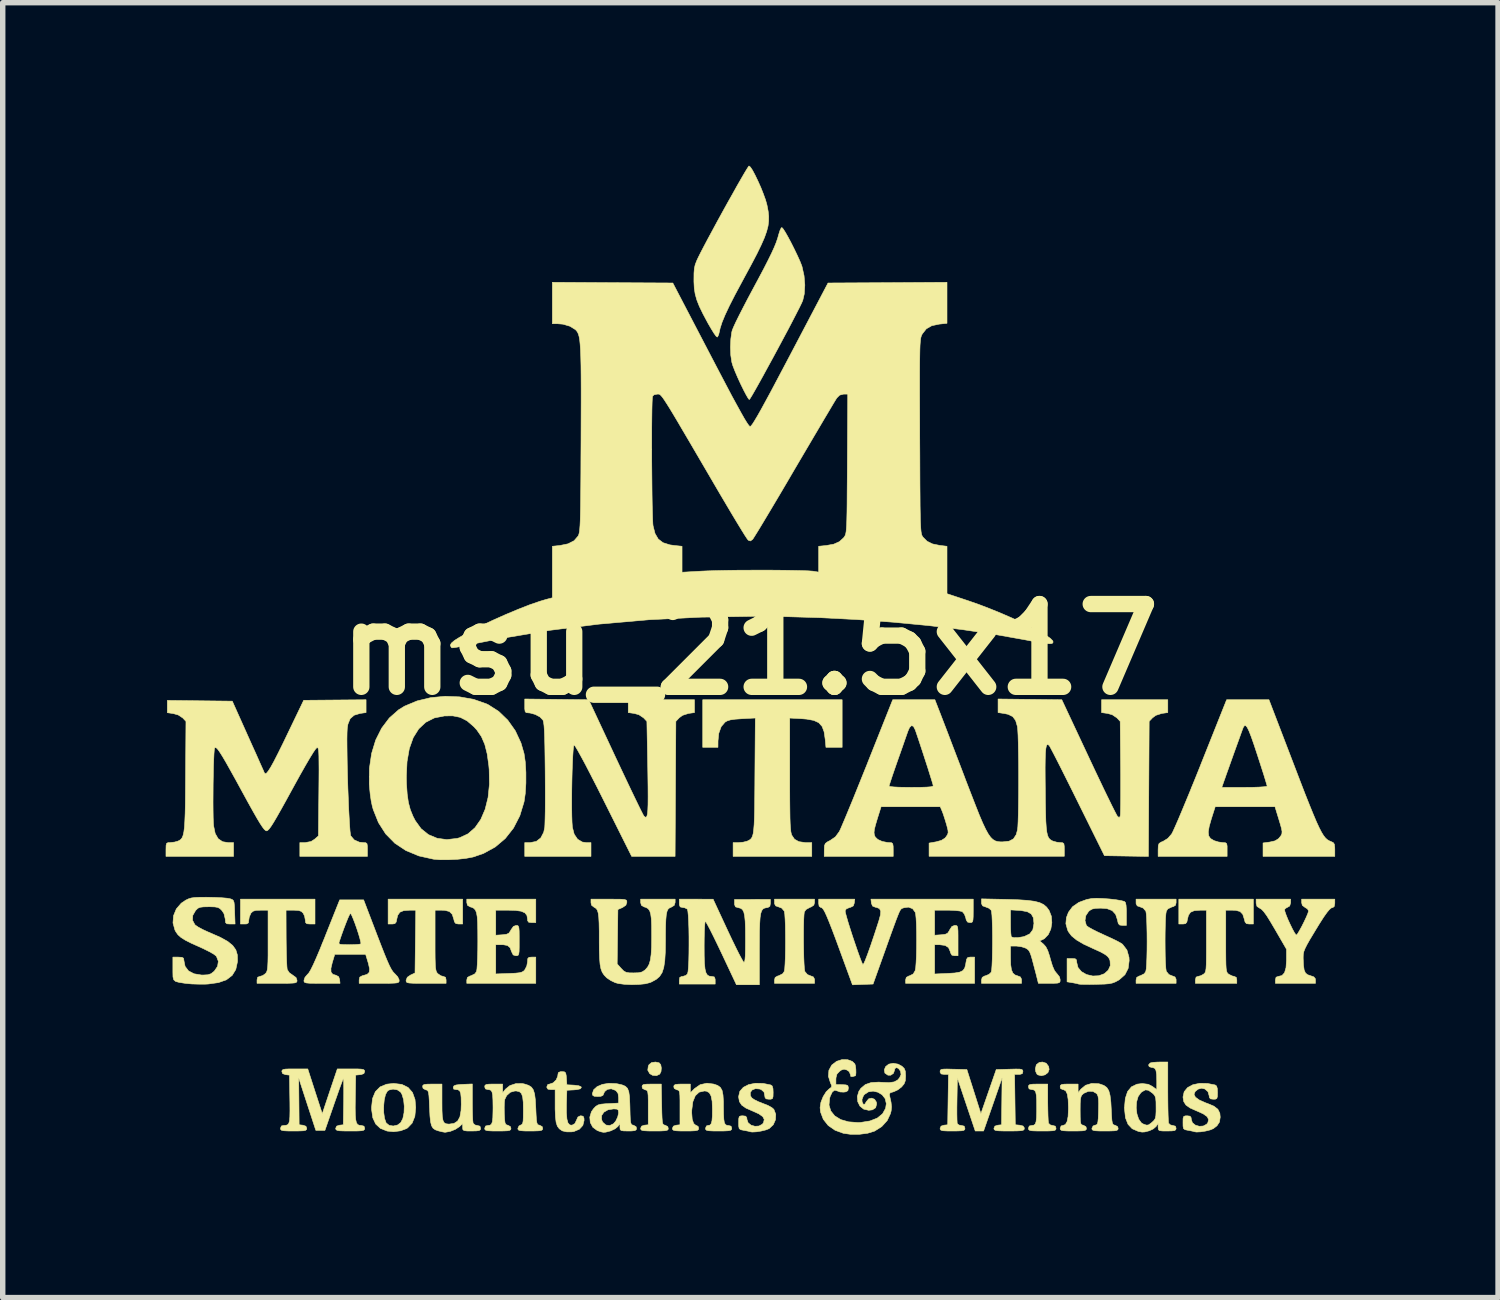
<source format=kicad_pcb>
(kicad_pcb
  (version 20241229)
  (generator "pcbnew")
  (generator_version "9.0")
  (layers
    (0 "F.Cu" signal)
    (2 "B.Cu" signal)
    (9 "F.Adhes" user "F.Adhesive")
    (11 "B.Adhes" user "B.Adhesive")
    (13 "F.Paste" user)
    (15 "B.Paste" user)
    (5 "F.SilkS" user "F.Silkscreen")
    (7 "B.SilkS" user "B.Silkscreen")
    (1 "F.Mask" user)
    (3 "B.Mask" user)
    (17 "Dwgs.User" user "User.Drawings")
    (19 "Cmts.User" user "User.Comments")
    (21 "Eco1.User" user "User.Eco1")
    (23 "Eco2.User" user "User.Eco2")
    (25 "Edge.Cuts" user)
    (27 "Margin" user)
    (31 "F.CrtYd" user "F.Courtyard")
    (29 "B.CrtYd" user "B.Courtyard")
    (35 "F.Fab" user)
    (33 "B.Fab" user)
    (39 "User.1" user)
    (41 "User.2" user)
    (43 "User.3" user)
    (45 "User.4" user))
  (footprint "msu_21.5x17"
    (layer "F.Cu")
    (at 10.749 8.903)
    (property "Reference" "msu_21.5x17" (at 0 0 0) (layer "F.SilkS") (effects (font (size 1.524 1.524) (thickness 0.3))))
    (attr through_hole)
    (fp_poly (pts (xy -1.666 7.61) (xy -1.637 7.644) (xy -1.626 7.705) (xy -1.632 7.771) (xy -1.656 7.818) (xy -1.715 7.846) (xy -1.787 7.84) (xy -1.84 7.809) (xy -1.876 7.745) (xy -1.866 7.671) (xy -1.853 7.644) (xy -1.806 7.605) (xy -1.733 7.595) (xy -1.666 7.61)) (stroke (width 0.01) (type solid)) (fill yes) (layer "F.SilkS"))
    (fp_poly (pts (xy 5.458 7.617) (xy 5.502 7.676) (xy 5.512 7.731) (xy 5.49 7.79) (xy 5.436 7.831) (xy 5.369 7.847) (xy 5.306 7.832) (xy 5.288 7.818) (xy 5.265 7.771) (xy 5.258 7.722) (xy 5.276 7.645) (xy 5.33 7.603) (xy 5.389 7.595) (xy 5.458 7.617)) (stroke (width 0.01) (type solid)) (fill yes) (layer "F.SilkS"))
    (fp_poly (pts (xy -1.62 8.376) (xy -1.617 8.521) (xy -1.613 8.623) (xy -1.608 8.689) (xy -1.6 8.729) (xy -1.587 8.748) (xy -1.568 8.756) (xy -1.556 8.758) (xy -1.508 8.784) (xy -1.499 8.816) (xy -1.502 8.838) (xy -1.52 8.852) (xy -1.561 8.86) (xy -1.634 8.864) (xy -1.749 8.865) (xy -1.753 8.865) (xy -1.868 8.864) (xy -1.942 8.86) (xy -1.984 8.853) (xy -2.002 8.838) (xy -2.007 8.816) (xy -2.007 8.815) (xy -1.989 8.775) (xy -1.937 8.758) (xy -1.867 8.75) (xy -1.867 8.433) (xy -1.867 8.301) (xy -1.869 8.212) (xy -1.875 8.156) (xy -1.885 8.126) (xy -1.901 8.112) (xy -1.924 8.107) (xy -1.972 8.082) (xy -1.981 8.05) (xy -1.976 8.024) (xy -1.953 8.009) (xy -1.901 8.003) (xy -1.81 8.001) (xy -1.804 8.001) (xy -1.627 8.001) (xy -1.62 8.376)) (stroke (width 0.01) (type solid)) (fill yes) (layer "F.SilkS"))
    (fp_poly (pts (xy 5.486 8.342) (xy 5.488 8.471) (xy 5.491 8.584) (xy 5.495 8.67) (xy 5.501 8.719) (xy 5.502 8.723) (xy 5.536 8.754) (xy 5.578 8.763) (xy 5.626 8.776) (xy 5.639 8.814) (xy 5.635 8.837) (xy 5.619 8.852) (xy 5.58 8.86) (xy 5.509 8.864) (xy 5.398 8.865) (xy 5.385 8.865) (xy 5.269 8.864) (xy 5.195 8.861) (xy 5.154 8.853) (xy 5.135 8.839) (xy 5.131 8.817) (xy 5.131 8.814) (xy 5.146 8.773) (xy 5.192 8.763) (xy 5.229 8.758) (xy 5.255 8.738) (xy 5.271 8.694) (xy 5.28 8.62) (xy 5.283 8.506) (xy 5.283 8.433) (xy 5.282 8.297) (xy 5.276 8.204) (xy 5.264 8.146) (xy 5.243 8.115) (xy 5.212 8.104) (xy 5.192 8.103) (xy 5.143 8.09) (xy 5.131 8.052) (xy 5.136 8.025) (xy 5.157 8.01) (xy 5.207 8.003) (xy 5.294 8.001) (xy 5.309 8.001) (xy 5.486 8.001) (xy 5.486 8.342)) (stroke (width 0.01) (type solid)) (fill yes) (layer "F.SilkS"))
    (fp_poly (pts (xy -6.403 8.007) (xy -6.288 8.063) (xy -6.207 8.155) (xy -6.16 8.285) (xy -6.147 8.433) (xy -6.163 8.595) (xy -6.213 8.72) (xy -6.296 8.807) (xy -6.315 8.819) (xy -6.425 8.861) (xy -6.554 8.878) (xy -6.673 8.866) (xy -6.797 8.817) (xy -6.884 8.736) (xy -6.937 8.622) (xy -6.959 8.47) (xy -6.96 8.429) (xy -6.957 8.405) (xy -6.737 8.405) (xy -6.736 8.525) (xy -6.721 8.632) (xy -6.693 8.712) (xy -6.691 8.716) (xy -6.636 8.761) (xy -6.561 8.773) (xy -6.482 8.755) (xy -6.423 8.711) (xy -6.384 8.635) (xy -6.362 8.528) (xy -6.358 8.408) (xy -6.37 8.289) (xy -6.4 8.191) (xy -6.425 8.148) (xy -6.486 8.107) (xy -6.565 8.094) (xy -6.64 8.111) (xy -6.668 8.131) (xy -6.703 8.193) (xy -6.726 8.29) (xy -6.737 8.405) (xy -6.957 8.405) (xy -6.942 8.267) (xy -6.89 8.141) (xy -6.803 8.053) (xy -6.682 8.003) (xy -6.553 7.989) (xy -6.403 8.007)) (stroke (width 0.01) (type solid)) (fill yes) (layer "F.SilkS"))
    (fp_poly (pts (xy 1.194 4.659) (xy 1.181 4.707) (xy 1.134 4.739) (xy 1.108 4.749) (xy 1.037 4.788) (xy 1.006 4.833) (xy 1 4.884) (xy 0.995 4.974) (xy 0.992 5.093) (xy 0.991 5.232) (xy 0.991 5.381) (xy 0.993 5.529) (xy 0.996 5.668) (xy 1.001 5.787) (xy 1.007 5.875) (xy 1.014 5.924) (xy 1.014 5.927) (xy 1.062 5.985) (xy 1.116 6.007) (xy 1.173 6.029) (xy 1.193 6.069) (xy 1.194 6.085) (xy 1.194 6.147) (xy 0.457 6.147) (xy 0.457 6.085) (xy 0.469 6.038) (xy 0.515 6.012) (xy 0.535 6.007) (xy 0.608 5.97) (xy 0.637 5.927) (xy 0.645 5.879) (xy 0.651 5.791) (xy 0.656 5.672) (xy 0.659 5.532) (xy 0.66 5.381) (xy 0.659 5.23) (xy 0.657 5.089) (xy 0.652 4.967) (xy 0.646 4.874) (xy 0.638 4.822) (xy 0.637 4.819) (xy 0.59 4.762) (xy 0.535 4.741) (xy 0.479 4.721) (xy 0.458 4.683) (xy 0.457 4.662) (xy 0.457 4.597) (xy 1.194 4.597) (xy 1.194 4.659)) (stroke (width 0.01) (type solid)) (fill yes) (layer "F.SilkS"))
    (fp_poly (pts (xy 7.849 4.662) (xy 7.838 4.71) (xy 7.796 4.735) (xy 7.77 4.741) (xy 7.697 4.776) (xy 7.669 4.819) (xy 7.661 4.866) (xy 7.654 4.955) (xy 7.65 5.074) (xy 7.647 5.214) (xy 7.646 5.364) (xy 7.647 5.515) (xy 7.649 5.656) (xy 7.654 5.778) (xy 7.66 5.871) (xy 7.668 5.924) (xy 7.669 5.927) (xy 7.717 5.985) (xy 7.771 6.007) (xy 7.828 6.029) (xy 7.848 6.069) (xy 7.849 6.085) (xy 7.849 6.147) (xy 7.112 6.147) (xy 7.112 6.085) (xy 7.124 6.038) (xy 7.17 6.012) (xy 7.19 6.007) (xy 7.263 5.97) (xy 7.291 5.927) (xy 7.3 5.879) (xy 7.306 5.791) (xy 7.311 5.672) (xy 7.314 5.532) (xy 7.315 5.381) (xy 7.314 5.23) (xy 7.311 5.089) (xy 7.307 4.967) (xy 7.301 4.874) (xy 7.293 4.822) (xy 7.292 4.819) (xy 7.244 4.762) (xy 7.19 4.741) (xy 7.134 4.721) (xy 7.113 4.683) (xy 7.112 4.662) (xy 7.112 4.597) (xy 7.849 4.597) (xy 7.849 4.662)) (stroke (width 0.01) (type solid)) (fill yes) (layer "F.SilkS"))
    (fp_poly (pts (xy -5.283 5.055) (xy -5.357 5.055) (xy -5.408 5.047) (xy -5.434 5.016) (xy -5.446 4.967) (xy -5.475 4.877) (xy -5.527 4.825) (xy -5.611 4.803) (xy -5.666 4.801) (xy -5.791 4.801) (xy -5.791 5.359) (xy -5.791 5.543) (xy -5.79 5.682) (xy -5.787 5.784) (xy -5.783 5.856) (xy -5.775 5.904) (xy -5.765 5.936) (xy -5.751 5.958) (xy -5.74 5.969) (xy -5.685 6.007) (xy -5.639 6.02) (xy -5.599 6.035) (xy -5.588 6.083) (xy -5.588 6.147) (xy -5.956 6.147) (xy -6.1 6.147) (xy -6.2 6.145) (xy -6.265 6.141) (xy -6.302 6.134) (xy -6.319 6.121) (xy -6.324 6.103) (xy -6.324 6.09) (xy -6.302 6.035) (xy -6.242 5.994) (xy -6.16 5.956) (xy -6.153 5.378) (xy -6.146 4.801) (xy -6.262 4.801) (xy -6.37 4.809) (xy -6.439 4.838) (xy -6.478 4.894) (xy -6.493 4.954) (xy -6.507 5.019) (xy -6.531 5.048) (xy -6.577 5.055) (xy -6.582 5.055) (xy -6.655 5.055) (xy -6.655 4.597) (xy -5.283 4.597) (xy -5.283 5.055)) (stroke (width 0.01) (type solid)) (fill yes) (layer "F.SilkS"))
    (fp_poly (pts (xy 9.271 5.055) (xy 9.196 5.055) (xy 9.144 5.048) (xy 9.118 5.018) (xy 9.104 4.964) (xy 9.076 4.876) (xy 9.027 4.825) (xy 8.947 4.803) (xy 8.888 4.801) (xy 8.763 4.801) (xy 8.763 5.371) (xy 8.763 5.555) (xy 8.764 5.695) (xy 8.766 5.798) (xy 8.77 5.869) (xy 8.777 5.917) (xy 8.787 5.946) (xy 8.8 5.965) (xy 8.818 5.979) (xy 8.819 5.98) (xy 8.879 6.01) (xy 8.921 6.02) (xy 8.957 6.038) (xy 8.966 6.083) (xy 8.966 6.147) (xy 8.204 6.147) (xy 8.204 6.083) (xy 8.217 6.032) (xy 8.249 6.02) (xy 8.304 6.006) (xy 8.351 5.98) (xy 8.369 5.966) (xy 8.383 5.948) (xy 8.393 5.919) (xy 8.4 5.873) (xy 8.404 5.803) (xy 8.406 5.702) (xy 8.407 5.564) (xy 8.407 5.383) (xy 8.407 5.371) (xy 8.407 4.801) (xy 8.291 4.801) (xy 8.184 4.809) (xy 8.115 4.838) (xy 8.076 4.895) (xy 8.061 4.954) (xy 8.047 5.019) (xy 8.023 5.048) (xy 7.977 5.055) (xy 7.972 5.055) (xy 7.899 5.055) (xy 7.899 4.597) (xy 9.271 4.597) (xy 9.271 5.055)) (stroke (width 0.01) (type solid)) (fill yes) (layer "F.SilkS"))
    (fp_poly (pts (xy -3.41 7.776) (xy -3.387 7.796) (xy -3.377 7.845) (xy -3.373 7.893) (xy -3.365 8.014) (xy -3.232 8.021) (xy -3.146 8.032) (xy -3.104 8.05) (xy -3.099 8.065) (xy -3.118 8.089) (xy -3.18 8.103) (xy -3.232 8.108) (xy -3.365 8.115) (xy -3.373 8.372) (xy -3.373 8.531) (xy -3.364 8.645) (xy -3.344 8.717) (xy -3.311 8.753) (xy -3.27 8.758) (xy -3.218 8.729) (xy -3.189 8.668) (xy -3.161 8.607) (xy -3.119 8.586) (xy -3.106 8.585) (xy -3.066 8.593) (xy -3.05 8.628) (xy -3.048 8.67) (xy -3.071 8.762) (xy -3.135 8.832) (xy -3.235 8.874) (xy -3.281 8.881) (xy -3.371 8.88) (xy -3.446 8.863) (xy -3.454 8.859) (xy -3.504 8.824) (xy -3.54 8.776) (xy -3.563 8.705) (xy -3.575 8.604) (xy -3.581 8.464) (xy -3.581 8.401) (xy -3.581 8.103) (xy -3.658 8.103) (xy -3.713 8.095) (xy -3.733 8.065) (xy -3.734 8.052) (xy -3.716 8.009) (xy -3.683 8.001) (xy -3.618 7.979) (xy -3.562 7.924) (xy -3.532 7.854) (xy -3.531 7.836) (xy -3.522 7.79) (xy -3.487 7.774) (xy -3.456 7.772) (xy -3.41 7.776)) (stroke (width 0.01) (type solid)) (fill yes) (layer "F.SilkS"))
    (fp_poly (pts (xy -8.001 5.055) (xy -8.09 5.055) (xy -8.15 5.05) (xy -8.174 5.029) (xy -8.179 4.984) (xy -8.193 4.909) (xy -8.218 4.857) (xy -8.252 4.823) (xy -8.301 4.806) (xy -8.381 4.801) (xy -8.396 4.801) (xy -8.534 4.801) (xy -8.532 5.315) (xy -8.53 5.475) (xy -8.527 5.622) (xy -8.523 5.746) (xy -8.518 5.838) (xy -8.513 5.889) (xy -8.512 5.893) (xy -8.475 5.951) (xy -8.414 5.994) (xy -8.35 6.04) (xy -8.332 6.09) (xy -8.333 6.112) (xy -8.343 6.127) (xy -8.368 6.138) (xy -8.417 6.143) (xy -8.497 6.146) (xy -8.616 6.147) (xy -8.7 6.147) (xy -9.068 6.147) (xy -9.068 6.083) (xy -9.056 6.034) (xy -9.017 6.02) (xy -8.962 6.003) (xy -8.915 5.969) (xy -8.899 5.95) (xy -8.886 5.924) (xy -8.877 5.887) (xy -8.871 5.83) (xy -8.867 5.746) (xy -8.865 5.63) (xy -8.865 5.474) (xy -8.865 5.359) (xy -8.865 4.801) (xy -9.003 4.801) (xy -9.089 4.804) (xy -9.142 4.82) (xy -9.176 4.851) (xy -9.181 4.857) (xy -9.211 4.927) (xy -9.22 4.984) (xy -9.227 5.034) (xy -9.259 5.053) (xy -9.296 5.055) (xy -9.373 5.055) (xy -9.373 4.597) (xy -8.001 4.597) (xy -8.001 5.055)) (stroke (width 0.01) (type solid)) (fill yes) (layer "F.SilkS"))
    (fp_poly (pts (xy 0.014 -8.877) (xy 0.053 -8.818) (xy 0.1 -8.729) (xy 0.152 -8.621) (xy 0.205 -8.503) (xy 0.252 -8.384) (xy 0.292 -8.274) (xy 0.318 -8.181) (xy 0.321 -8.166) (xy 0.34 -8.066) (xy 0.35 -7.975) (xy 0.349 -7.885) (xy 0.338 -7.793) (xy 0.312 -7.693) (xy 0.271 -7.578) (xy 0.212 -7.444) (xy 0.135 -7.285) (xy 0.036 -7.096) (xy -0.086 -6.87) (xy -0.143 -6.764) (xy -0.272 -6.524) (xy -0.375 -6.322) (xy -0.453 -6.156) (xy -0.509 -6.02) (xy -0.544 -5.911) (xy -0.555 -5.86) (xy -0.571 -5.794) (xy -0.591 -5.753) (xy -0.597 -5.749) (xy -0.619 -5.766) (xy -0.658 -5.82) (xy -0.709 -5.903) (xy -0.766 -6.001) (xy -0.858 -6.173) (xy -0.926 -6.313) (xy -0.973 -6.432) (xy -1.003 -6.54) (xy -1.02 -6.648) (xy -1.026 -6.767) (xy -1.026 -6.807) (xy -1.025 -6.927) (xy -1.018 -7.013) (xy -1.002 -7.084) (xy -0.973 -7.158) (xy -0.947 -7.214) (xy -0.903 -7.302) (xy -0.842 -7.419) (xy -0.768 -7.559) (xy -0.684 -7.714) (xy -0.594 -7.881) (xy -0.5 -8.052) (xy -0.406 -8.222) (xy -0.314 -8.385) (xy -0.23 -8.536) (xy -0.154 -8.668) (xy -0.092 -8.775) (xy -0.045 -8.852) (xy -0.018 -8.893) (xy -0.013 -8.898) (xy 0.014 -8.877)) (stroke (width 0.01) (type solid)) (fill yes) (layer "F.SilkS"))
    (fp_poly (pts (xy 0.617 -7.739) (xy 0.658 -7.675) (xy 0.709 -7.585) (xy 0.767 -7.476) (xy 0.825 -7.36) (xy 0.88 -7.245) (xy 0.927 -7.141) (xy 0.96 -7.057) (xy 0.965 -7.039) (xy 1.001 -6.877) (xy 1.015 -6.706) (xy 1.005 -6.543) (xy 0.977 -6.423) (xy 0.956 -6.375) (xy 0.915 -6.291) (xy 0.857 -6.178) (xy 0.786 -6.04) (xy 0.705 -5.885) (xy 0.615 -5.717) (xy 0.522 -5.543) (xy 0.427 -5.367) (xy 0.334 -5.197) (xy 0.247 -5.037) (xy 0.167 -4.893) (xy 0.099 -4.772) (xy 0.045 -4.678) (xy 0.008 -4.618) (xy -0.008 -4.598) (xy -0.026 -4.619) (xy -0.061 -4.678) (xy -0.107 -4.765) (xy -0.16 -4.873) (xy -0.165 -4.883) (xy -0.221 -5.005) (xy -0.271 -5.122) (xy -0.309 -5.22) (xy -0.328 -5.283) (xy -0.348 -5.414) (xy -0.354 -5.565) (xy -0.347 -5.715) (xy -0.329 -5.843) (xy -0.32 -5.876) (xy -0.298 -5.93) (xy -0.256 -6.022) (xy -0.196 -6.143) (xy -0.123 -6.286) (xy -0.041 -6.444) (xy 0.034 -6.585) (xy 0.157 -6.814) (xy 0.258 -7.004) (xy 0.338 -7.161) (xy 0.402 -7.291) (xy 0.451 -7.398) (xy 0.488 -7.489) (xy 0.515 -7.568) (xy 0.535 -7.64) (xy 0.558 -7.712) (xy 0.58 -7.757) (xy 0.593 -7.765) (xy 0.617 -7.739)) (stroke (width 0.01) (type solid)) (fill yes) (layer "F.SilkS"))
    (fp_poly (pts (xy 1.702 1.365) (xy 1.702 1.803) (xy 1.404 1.803) (xy 1.39 1.654) (xy 1.37 1.517) (xy 1.333 1.418) (xy 1.271 1.349) (xy 1.179 1.307) (xy 1.047 1.283) (xy 0.946 1.275) (xy 0.737 1.264) (xy 0.737 2.296) (xy 0.737 2.563) (xy 0.738 2.783) (xy 0.74 2.962) (xy 0.742 3.104) (xy 0.746 3.214) (xy 0.752 3.297) (xy 0.758 3.356) (xy 0.767 3.397) (xy 0.773 3.417) (xy 0.825 3.494) (xy 0.905 3.539) (xy 1.022 3.556) (xy 1.043 3.556) (xy 1.143 3.556) (xy 1.143 3.81) (xy -0.305 3.81) (xy -0.305 3.556) (xy -0.204 3.556) (xy -0.122 3.549) (xy -0.052 3.532) (xy -0.044 3.529) (xy -0.013 3.514) (xy 0.013 3.497) (xy 0.034 3.474) (xy 0.051 3.439) (xy 0.065 3.389) (xy 0.074 3.319) (xy 0.082 3.224) (xy 0.087 3.1) (xy 0.091 2.941) (xy 0.093 2.744) (xy 0.095 2.503) (xy 0.096 2.327) (xy 0.104 1.263) (xy -0.141 1.276) (xy -0.268 1.285) (xy -0.357 1.298) (xy -0.418 1.318) (xy -0.453 1.339) (xy -0.525 1.423) (xy -0.569 1.546) (xy -0.583 1.683) (xy -0.584 1.803) (xy -0.864 1.803) (xy -0.864 1.365) (xy -0.864 0.927) (xy 1.702 0.927) (xy 1.702 1.365)) (stroke (width 0.01) (type solid)) (fill yes) (layer "F.SilkS"))
    (fp_poly (pts (xy 8.427 7.99) (xy 8.566 8.017) (xy 8.594 8.037) (xy 8.608 8.085) (xy 8.611 8.155) (xy 8.609 8.23) (xy 8.598 8.267) (xy 8.571 8.279) (xy 8.534 8.28) (xy 8.48 8.273) (xy 8.46 8.244) (xy 8.458 8.219) (xy 8.436 8.142) (xy 8.378 8.091) (xy 8.319 8.077) (xy 8.253 8.095) (xy 8.2 8.138) (xy 8.179 8.189) (xy 8.204 8.242) (xy 8.277 8.295) (xy 8.397 8.348) (xy 8.429 8.359) (xy 8.545 8.408) (xy 8.618 8.465) (xy 8.654 8.538) (xy 8.661 8.61) (xy 8.647 8.7) (xy 8.601 8.769) (xy 8.534 8.821) (xy 8.476 8.845) (xy 8.391 8.866) (xy 8.301 8.88) (xy 8.225 8.884) (xy 8.191 8.879) (xy 8.151 8.868) (xy 8.085 8.855) (xy 8.071 8.853) (xy 8.014 8.841) (xy 7.986 8.821) (xy 7.977 8.777) (xy 7.976 8.711) (xy 7.977 8.636) (xy 7.988 8.599) (xy 8.015 8.587) (xy 8.052 8.585) (xy 8.106 8.592) (xy 8.126 8.621) (xy 8.128 8.648) (xy 8.149 8.713) (xy 8.204 8.757) (xy 8.276 8.778) (xy 8.35 8.773) (xy 8.412 8.739) (xy 8.434 8.71) (xy 8.447 8.653) (xy 8.42 8.6) (xy 8.348 8.549) (xy 8.23 8.496) (xy 8.108 8.442) (xy 8.03 8.387) (xy 7.989 8.322) (xy 7.976 8.242) (xy 7.976 8.238) (xy 7.998 8.141) (xy 8.061 8.065) (xy 8.158 8.013) (xy 8.283 7.987) (xy 8.427 7.99)) (stroke (width 0.01) (type solid)) (fill yes) (layer "F.SilkS"))
    (fp_poly (pts (xy 0.248 7.989) (xy 0.387 8.017) (xy 0.415 8.037) (xy 0.429 8.085) (xy 0.432 8.155) (xy 0.43 8.23) (xy 0.42 8.267) (xy 0.392 8.279) (xy 0.356 8.28) (xy 0.301 8.273) (xy 0.281 8.244) (xy 0.279 8.223) (xy 0.264 8.148) (xy 0.213 8.103) (xy 0.184 8.092) (xy 0.106 8.085) (xy 0.045 8.11) (xy 0.011 8.156) (xy 0.013 8.215) (xy 0.039 8.256) (xy 0.085 8.288) (xy 0.162 8.326) (xy 0.244 8.358) (xy 0.336 8.394) (xy 0.409 8.435) (xy 0.445 8.466) (xy 0.48 8.557) (xy 0.475 8.657) (xy 0.434 8.75) (xy 0.359 8.82) (xy 0.358 8.821) (xy 0.297 8.845) (xy 0.211 8.866) (xy 0.121 8.88) (xy 0.045 8.884) (xy 0.013 8.879) (xy -0.028 8.868) (xy -0.094 8.855) (xy -0.108 8.853) (xy -0.165 8.841) (xy -0.193 8.821) (xy -0.202 8.777) (xy -0.203 8.711) (xy -0.201 8.636) (xy -0.191 8.599) (xy -0.164 8.587) (xy -0.127 8.585) (xy -0.073 8.592) (xy -0.053 8.621) (xy -0.051 8.648) (xy -0.029 8.713) (xy 0.025 8.757) (xy 0.097 8.778) (xy 0.171 8.773) (xy 0.234 8.739) (xy 0.255 8.71) (xy 0.268 8.653) (xy 0.241 8.6) (xy 0.169 8.549) (xy 0.051 8.496) (xy -0.069 8.443) (xy -0.147 8.388) (xy -0.189 8.324) (xy -0.203 8.243) (xy -0.203 8.228) (xy -0.181 8.134) (xy -0.117 8.061) (xy -0.02 8.011) (xy 0.104 7.986) (xy 0.248 7.989)) (stroke (width 0.01) (type solid)) (fill yes) (layer "F.SilkS"))
    (fp_poly (pts (xy -5.105 8.341) (xy -5.104 8.47) (xy -5.101 8.584) (xy -5.097 8.67) (xy -5.091 8.718) (xy -5.09 8.723) (xy -5.055 8.754) (xy -5.014 8.763) (xy -4.965 8.776) (xy -4.953 8.814) (xy -4.958 8.841) (xy -4.981 8.857) (xy -5.033 8.863) (xy -5.118 8.865) (xy -5.207 8.864) (xy -5.256 8.857) (xy -5.278 8.842) (xy -5.283 8.811) (xy -5.283 8.797) (xy -5.283 8.729) (xy -5.343 8.785) (xy -5.417 8.834) (xy -5.512 8.872) (xy -5.601 8.888) (xy -5.613 8.888) (xy -5.664 8.879) (xy -5.731 8.862) (xy -5.788 8.842) (xy -5.828 8.813) (xy -5.856 8.767) (xy -5.874 8.695) (xy -5.885 8.59) (xy -5.892 8.444) (xy -5.893 8.435) (xy -5.898 8.303) (xy -5.904 8.213) (xy -5.912 8.157) (xy -5.924 8.126) (xy -5.941 8.112) (xy -5.963 8.107) (xy -6.01 8.082) (xy -6.02 8.05) (xy -6.015 8.024) (xy -5.992 8.009) (xy -5.94 8.003) (xy -5.849 8.001) (xy -5.842 8.001) (xy -5.664 8.001) (xy -5.664 8.339) (xy -5.663 8.49) (xy -5.658 8.597) (xy -5.646 8.668) (xy -5.625 8.711) (xy -5.593 8.731) (xy -5.548 8.737) (xy -5.534 8.738) (xy -5.442 8.725) (xy -5.376 8.682) (xy -5.334 8.606) (xy -5.313 8.489) (xy -5.309 8.373) (xy -5.311 8.251) (xy -5.319 8.172) (xy -5.337 8.127) (xy -5.368 8.106) (xy -5.402 8.103) (xy -5.449 8.093) (xy -5.456 8.058) (xy -5.442 8.033) (xy -5.405 8.018) (xy -5.333 8.009) (xy -5.277 8.006) (xy -5.105 7.999) (xy -5.105 8.341)) (stroke (width 0.01) (type solid)) (fill yes) (layer "F.SilkS"))
    (fp_poly (pts (xy 9.957 4.663) (xy 9.94 4.723) (xy 9.908 4.742) (xy 9.861 4.768) (xy 9.846 4.788) (xy 9.851 4.823) (xy 9.874 4.889) (xy 9.908 4.973) (xy 9.95 5.064) (xy 9.992 5.15) (xy 10.029 5.217) (xy 10.056 5.254) (xy 10.063 5.258) (xy 10.083 5.237) (xy 10.117 5.181) (xy 10.16 5.103) (xy 10.204 5.016) (xy 10.244 4.931) (xy 10.274 4.86) (xy 10.287 4.816) (xy 10.287 4.813) (xy 10.266 4.776) (xy 10.223 4.75) (xy 10.172 4.711) (xy 10.16 4.662) (xy 10.16 4.597) (xy 10.77 4.597) (xy 10.77 4.674) (xy 10.76 4.731) (xy 10.736 4.75) (xy 10.707 4.758) (xy 10.671 4.788) (xy 10.626 4.842) (xy 10.566 4.926) (xy 10.49 5.045) (xy 10.393 5.204) (xy 10.392 5.206) (xy 10.313 5.337) (xy 10.258 5.434) (xy 10.222 5.506) (xy 10.2 5.562) (xy 10.19 5.611) (xy 10.188 5.663) (xy 10.188 5.689) (xy 10.194 5.816) (xy 10.206 5.902) (xy 10.23 5.956) (xy 10.268 5.988) (xy 10.319 6.005) (xy 10.384 6.028) (xy 10.411 6.06) (xy 10.414 6.088) (xy 10.414 6.147) (xy 9.677 6.147) (xy 9.677 6.083) (xy 9.689 6.034) (xy 9.728 6.02) (xy 9.798 6.003) (xy 9.845 5.951) (xy 9.872 5.858) (xy 9.881 5.721) (xy 9.881 5.718) (xy 9.881 5.519) (xy 9.671 5.156) (xy 9.584 5.009) (xy 9.517 4.901) (xy 9.464 4.829) (xy 9.423 4.785) (xy 9.392 4.766) (xy 9.338 4.731) (xy 9.322 4.673) (xy 9.322 4.668) (xy 9.322 4.597) (xy 9.957 4.597) (xy 9.957 4.663)) (stroke (width 0.01) (type solid)) (fill yes) (layer "F.SilkS"))
    (fp_poly (pts (xy 3.738 7.727) (xy 3.752 7.727) (xy 3.998 7.734) (xy 4.127 8.14) (xy 4.256 8.546) (xy 4.397 8.14) (xy 4.538 7.734) (xy 4.784 7.727) (xy 4.897 7.724) (xy 4.969 7.725) (xy 5.008 7.732) (xy 5.025 7.746) (xy 5.029 7.769) (xy 5.029 7.771) (xy 5.018 7.809) (xy 4.974 7.823) (xy 4.952 7.823) (xy 4.876 7.823) (xy 4.889 8.75) (xy 4.972 8.758) (xy 5.032 8.773) (xy 5.054 8.805) (xy 5.055 8.815) (xy 5.051 8.837) (xy 5.034 8.851) (xy 4.996 8.859) (xy 4.927 8.863) (xy 4.819 8.865) (xy 4.775 8.865) (xy 4.653 8.864) (xy 4.572 8.861) (xy 4.525 8.854) (xy 4.503 8.842) (xy 4.496 8.823) (xy 4.496 8.815) (xy 4.514 8.775) (xy 4.566 8.758) (xy 4.636 8.75) (xy 4.641 8.319) (xy 4.646 7.887) (xy 4.476 8.376) (xy 4.305 8.865) (xy 4.152 8.865) (xy 3.823 7.887) (xy 3.816 8.292) (xy 3.814 8.432) (xy 3.814 8.556) (xy 3.816 8.653) (xy 3.819 8.714) (xy 3.821 8.73) (xy 3.853 8.755) (xy 3.898 8.763) (xy 3.948 8.775) (xy 3.962 8.814) (xy 3.959 8.838) (xy 3.941 8.853) (xy 3.899 8.861) (xy 3.824 8.864) (xy 3.734 8.865) (xy 3.625 8.864) (xy 3.557 8.86) (xy 3.521 8.85) (xy 3.507 8.834) (xy 3.505 8.815) (xy 3.523 8.775) (xy 3.575 8.758) (xy 3.645 8.75) (xy 3.652 8.287) (xy 3.659 7.823) (xy 3.582 7.823) (xy 3.526 7.815) (xy 3.506 7.786) (xy 3.505 7.771) (xy 3.508 7.748) (xy 3.524 7.733) (xy 3.561 7.726) (xy 3.629 7.724) (xy 3.738 7.727)) (stroke (width 0.01) (type solid)) (fill yes) (layer "F.SilkS"))
    (fp_poly (pts (xy -3.937 5.029) (xy -4.013 5.029) (xy -4.068 5.022) (xy -4.088 4.993) (xy -4.089 4.966) (xy -4.1 4.897) (xy -4.138 4.849) (xy -4.207 4.819) (xy -4.316 4.804) (xy -4.432 4.801) (xy -4.674 4.801) (xy -4.674 5.261) (xy -4.553 5.253) (xy -4.477 5.244) (xy -4.433 5.224) (xy -4.403 5.181) (xy -4.394 5.163) (xy -4.349 5.099) (xy -4.299 5.081) (xy -4.274 5.082) (xy -4.258 5.094) (xy -4.248 5.125) (xy -4.243 5.184) (xy -4.242 5.279) (xy -4.242 5.359) (xy -4.242 5.481) (xy -4.244 5.561) (xy -4.251 5.608) (xy -4.263 5.631) (xy -4.283 5.638) (xy -4.303 5.639) (xy -4.353 5.624) (xy -4.38 5.57) (xy -4.381 5.569) (xy -4.41 5.491) (xy -4.458 5.45) (xy -4.536 5.436) (xy -4.562 5.436) (xy -4.674 5.436) (xy -4.674 5.974) (xy -4.43 5.965) (xy -4.315 5.96) (xy -4.239 5.952) (xy -4.191 5.939) (xy -4.158 5.919) (xy -4.138 5.896) (xy -4.103 5.828) (xy -4.089 5.75) (xy -4.085 5.692) (xy -4.062 5.668) (xy -4.013 5.664) (xy -3.937 5.664) (xy -3.937 6.147) (xy -5.207 6.147) (xy -5.207 6.085) (xy -5.195 6.038) (xy -5.149 6.012) (xy -5.129 6.007) (xy -5.056 5.97) (xy -5.028 5.927) (xy -5.02 5.883) (xy -5.014 5.797) (xy -5.009 5.678) (xy -5.005 5.535) (xy -5.004 5.377) (xy -5.004 5.363) (xy -5.005 5.175) (xy -5.008 5.03) (xy -5.015 4.923) (xy -5.028 4.848) (xy -5.048 4.799) (xy -5.076 4.767) (xy -5.113 4.748) (xy -5.143 4.74) (xy -5.194 4.711) (xy -5.207 4.66) (xy -5.207 4.597) (xy -3.937 4.597) (xy -3.937 5.029)) (stroke (width 0.01) (type solid)) (fill yes) (layer "F.SilkS"))
    (fp_poly (pts (xy -0.662 8.001) (xy -0.59 8.026) (xy -0.54 8.062) (xy -0.508 8.118) (xy -0.491 8.202) (xy -0.483 8.323) (xy -0.483 8.411) (xy -0.481 8.552) (xy -0.476 8.649) (xy -0.466 8.712) (xy -0.447 8.746) (xy -0.419 8.761) (xy -0.391 8.763) (xy -0.343 8.776) (xy -0.33 8.814) (xy -0.334 8.837) (xy -0.351 8.852) (xy -0.391 8.86) (xy -0.464 8.864) (xy -0.572 8.865) (xy -0.684 8.864) (xy -0.754 8.86) (xy -0.793 8.852) (xy -0.81 8.836) (xy -0.813 8.814) (xy -0.795 8.771) (xy -0.765 8.763) (xy -0.731 8.756) (xy -0.708 8.729) (xy -0.694 8.676) (xy -0.687 8.587) (xy -0.686 8.462) (xy -0.691 8.319) (xy -0.71 8.221) (xy -0.744 8.16) (xy -0.795 8.132) (xy -0.834 8.128) (xy -0.93 8.15) (xy -1.001 8.216) (xy -1.046 8.326) (xy -1.066 8.48) (xy -1.067 8.53) (xy -1.058 8.649) (xy -1.031 8.727) (xy -0.989 8.762) (xy -0.977 8.763) (xy -0.947 8.784) (xy -0.94 8.814) (xy -0.943 8.837) (xy -0.961 8.852) (xy -1.001 8.86) (xy -1.073 8.864) (xy -1.181 8.865) (xy -1.293 8.864) (xy -1.364 8.86) (xy -1.403 8.851) (xy -1.419 8.836) (xy -1.422 8.815) (xy -1.404 8.775) (xy -1.353 8.758) (xy -1.283 8.75) (xy -1.283 8.433) (xy -1.283 8.301) (xy -1.285 8.212) (xy -1.29 8.156) (xy -1.3 8.126) (xy -1.317 8.112) (xy -1.34 8.107) (xy -1.388 8.082) (xy -1.397 8.05) (xy -1.391 8.023) (xy -1.365 8.008) (xy -1.308 8.002) (xy -1.245 8.001) (xy -1.092 8.001) (xy -1.092 8.163) (xy -1.016 8.085) (xy -0.911 8.012) (xy -0.787 7.985) (xy -0.662 8.001)) (stroke (width 0.01) (type solid)) (fill yes) (layer "F.SilkS"))
    (fp_poly (pts (xy -2.465 7.992) (xy -2.431 7.997) (xy -2.348 8.016) (xy -2.289 8.041) (xy -2.249 8.08) (xy -2.225 8.142) (xy -2.212 8.235) (xy -2.206 8.367) (xy -2.204 8.43) (xy -2.201 8.562) (xy -2.197 8.652) (xy -2.19 8.709) (xy -2.179 8.739) (xy -2.163 8.753) (xy -2.14 8.758) (xy -2.092 8.784) (xy -2.083 8.816) (xy -2.089 8.843) (xy -2.115 8.858) (xy -2.172 8.864) (xy -2.235 8.865) (xy -2.32 8.863) (xy -2.365 8.856) (xy -2.384 8.838) (xy -2.388 8.802) (xy -2.388 8.795) (xy -2.388 8.726) (xy -2.426 8.782) (xy -2.479 8.825) (xy -2.56 8.863) (xy -2.649 8.886) (xy -2.692 8.889) (xy -2.742 8.879) (xy -2.807 8.855) (xy -2.807 8.855) (xy -2.888 8.795) (xy -2.934 8.709) (xy -2.939 8.654) (xy -2.727 8.654) (xy -2.705 8.703) (xy -2.646 8.755) (xy -2.576 8.764) (xy -2.506 8.731) (xy -2.464 8.68) (xy -2.429 8.606) (xy -2.413 8.534) (xy -2.413 8.528) (xy -2.419 8.481) (xy -2.445 8.462) (xy -2.504 8.458) (xy -2.607 8.474) (xy -2.683 8.518) (xy -2.725 8.58) (xy -2.727 8.654) (xy -2.939 8.654) (xy -2.943 8.61) (xy -2.913 8.51) (xy -2.873 8.453) (xy -2.831 8.41) (xy -2.79 8.385) (xy -2.735 8.371) (xy -2.65 8.363) (xy -2.606 8.361) (xy -2.413 8.351) (xy -2.413 8.253) (xy -2.422 8.176) (xy -2.456 8.128) (xy -2.474 8.115) (xy -2.548 8.088) (xy -2.619 8.098) (xy -2.67 8.14) (xy -2.683 8.169) (xy -2.701 8.209) (xy -2.741 8.227) (xy -2.797 8.23) (xy -2.862 8.225) (xy -2.89 8.207) (xy -2.896 8.178) (xy -2.872 8.106) (xy -2.808 8.048) (xy -2.713 8.007) (xy -2.595 7.987) (xy -2.465 7.992)) (stroke (width 0.01) (type solid)) (fill yes) (layer "F.SilkS"))
    (fp_poly (pts (xy 7.696 8.139) (xy 7.697 8.302) (xy 7.699 8.449) (xy 7.702 8.573) (xy 7.706 8.664) (xy 7.71 8.716) (xy 7.712 8.723) (xy 7.746 8.754) (xy 7.788 8.763) (xy 7.836 8.776) (xy 7.849 8.814) (xy 7.843 8.841) (xy 7.821 8.857) (xy 7.769 8.863) (xy 7.684 8.865) (xy 7.595 8.864) (xy 7.545 8.858) (xy 7.524 8.842) (xy 7.519 8.811) (xy 7.518 8.795) (xy 7.518 8.726) (xy 7.48 8.782) (xy 7.429 8.826) (xy 7.357 8.86) (xy 7.346 8.863) (xy 7.273 8.882) (xy 7.223 8.885) (xy 7.167 8.875) (xy 7.151 8.871) (xy 7.041 8.823) (xy 6.964 8.741) (xy 6.917 8.622) (xy 6.9 8.464) (xy 6.899 8.44) (xy 7.115 8.44) (xy 7.128 8.55) (xy 7.16 8.646) (xy 7.21 8.716) (xy 7.244 8.736) (xy 7.3 8.756) (xy 7.338 8.754) (xy 7.381 8.725) (xy 7.409 8.702) (xy 7.444 8.668) (xy 7.466 8.632) (xy 7.476 8.582) (xy 7.48 8.503) (xy 7.48 8.433) (xy 7.479 8.329) (xy 7.473 8.262) (xy 7.459 8.219) (xy 7.433 8.185) (xy 7.409 8.164) (xy 7.34 8.115) (xy 7.284 8.108) (xy 7.222 8.142) (xy 7.2 8.16) (xy 7.15 8.231) (xy 7.122 8.329) (xy 7.115 8.44) (xy 6.899 8.44) (xy 6.899 8.433) (xy 6.914 8.265) (xy 6.956 8.138) (xy 7.027 8.052) (xy 7.128 8.003) (xy 7.226 7.991) (xy 7.337 8.005) (xy 7.415 8.046) (xy 7.493 8.104) (xy 7.493 7.94) (xy 7.49 7.825) (xy 7.479 7.752) (xy 7.458 7.713) (xy 7.421 7.697) (xy 7.401 7.696) (xy 7.354 7.681) (xy 7.342 7.648) (xy 7.37 7.615) (xy 7.381 7.61) (xy 7.428 7.601) (xy 7.505 7.596) (xy 7.559 7.595) (xy 7.696 7.595) (xy 7.696 8.139)) (stroke (width 0.01) (type solid)) (fill yes) (layer "F.SilkS"))
    (fp_poly (pts (xy -5.337 0.874) (xy -5.08 0.92) (xy -4.846 1.002) (xy -4.814 1.017) (xy -4.621 1.14) (xy -4.453 1.302) (xy -4.314 1.498) (xy -4.21 1.721) (xy -4.153 1.918) (xy -4.13 2.076) (xy -4.119 2.263) (xy -4.119 2.461) (xy -4.13 2.648) (xy -4.153 2.806) (xy -4.153 2.806) (xy -4.231 3.062) (xy -4.347 3.288) (xy -4.499 3.481) (xy -4.685 3.638) (xy -4.902 3.757) (xy -5.09 3.821) (xy -5.221 3.846) (xy -5.381 3.864) (xy -5.55 3.872) (xy -5.708 3.871) (xy -5.817 3.862) (xy -6.088 3.802) (xy -6.327 3.703) (xy -6.531 3.568) (xy -6.7 3.396) (xy -6.833 3.188) (xy -6.93 2.945) (xy -6.947 2.883) (xy -6.967 2.788) (xy -6.985 2.663) (xy -6.998 2.53) (xy -7.002 2.477) (xy -7.001 2.347) (xy -6.32 2.347) (xy -6.317 2.474) (xy -6.304 2.663) (xy -6.282 2.817) (xy -6.247 2.949) (xy -6.196 3.074) (xy -6.155 3.153) (xy -6.048 3.301) (xy -5.912 3.41) (xy -5.752 3.477) (xy -5.575 3.501) (xy -5.385 3.479) (xy -5.337 3.466) (xy -5.185 3.395) (xy -5.055 3.281) (xy -4.949 3.129) (xy -4.869 2.943) (xy -4.815 2.725) (xy -4.79 2.48) (xy -4.795 2.213) (xy -4.802 2.135) (xy -4.832 1.922) (xy -4.876 1.748) (xy -4.938 1.605) (xy -5.022 1.483) (xy -5.079 1.421) (xy -5.202 1.315) (xy -5.327 1.251) (xy -5.466 1.223) (xy -5.621 1.225) (xy -5.806 1.262) (xy -5.963 1.342) (xy -6.092 1.463) (xy -6.193 1.624) (xy -6.265 1.826) (xy -6.307 2.067) (xy -6.32 2.347) (xy -7.001 2.347) (xy -6.999 2.187) (xy -6.959 1.916) (xy -6.884 1.669) (xy -6.774 1.45) (xy -6.633 1.263) (xy -6.462 1.112) (xy -6.351 1.044) (xy -6.123 0.949) (xy -5.87 0.888) (xy -5.604 0.863) (xy -5.337 0.874)) (stroke (width 0.01) (type solid)) (fill yes) (layer "F.SilkS"))
    (fp_poly (pts (xy -2.456 4.598) (xy -2.364 4.599) (xy -2.307 4.604) (xy -2.276 4.613) (xy -2.263 4.628) (xy -2.261 4.651) (xy -2.261 4.656) (xy -2.279 4.709) (xy -2.339 4.75) (xy -2.343 4.752) (xy -2.426 4.788) (xy -2.439 5.789) (xy -2.365 5.872) (xy -2.319 5.919) (xy -2.274 5.944) (xy -2.213 5.954) (xy -2.138 5.955) (xy -2.043 5.952) (xy -1.981 5.937) (xy -1.932 5.906) (xy -1.919 5.894) (xy -1.879 5.848) (xy -1.849 5.792) (xy -1.828 5.717) (xy -1.814 5.616) (xy -1.806 5.481) (xy -1.804 5.306) (xy -1.804 5.257) (xy -1.805 5.087) (xy -1.81 4.961) (xy -1.822 4.871) (xy -1.841 4.81) (xy -1.87 4.772) (xy -1.911 4.749) (xy -1.943 4.74) (xy -1.993 4.711) (xy -2.007 4.66) (xy -2.007 4.597) (xy -1.372 4.597) (xy -1.372 4.658) (xy -1.389 4.712) (xy -1.444 4.745) (xy -1.478 4.76) (xy -1.504 4.784) (xy -1.522 4.824) (xy -1.535 4.885) (xy -1.543 4.974) (xy -1.548 5.097) (xy -1.55 5.262) (xy -1.55 5.369) (xy -1.553 5.573) (xy -1.563 5.733) (xy -1.582 5.857) (xy -1.613 5.951) (xy -1.659 6.021) (xy -1.722 6.075) (xy -1.805 6.12) (xy -1.835 6.133) (xy -1.92 6.155) (xy -2.038 6.167) (xy -2.171 6.171) (xy -2.304 6.165) (xy -2.417 6.15) (xy -2.473 6.135) (xy -2.555 6.096) (xy -2.627 6.048) (xy -2.635 6.041) (xy -2.68 5.994) (xy -2.714 5.943) (xy -2.738 5.879) (xy -2.754 5.795) (xy -2.763 5.683) (xy -2.768 5.536) (xy -2.769 5.376) (xy -2.769 5.185) (xy -2.772 5.039) (xy -2.778 4.93) (xy -2.788 4.854) (xy -2.803 4.803) (xy -2.824 4.771) (xy -2.852 4.752) (xy -2.861 4.748) (xy -2.911 4.709) (xy -2.921 4.662) (xy -2.921 4.597) (xy -2.591 4.597) (xy -2.456 4.598)) (stroke (width 0.01) (type solid)) (fill yes) (layer "F.SilkS"))
    (fp_poly (pts (xy -6.859 5.256) (xy -6.782 5.456) (xy -6.72 5.613) (xy -6.67 5.734) (xy -6.63 5.823) (xy -6.596 5.888) (xy -6.567 5.932) (xy -6.539 5.963) (xy -6.532 5.969) (xy -6.479 6.026) (xy -6.453 6.081) (xy -6.452 6.091) (xy -6.453 6.113) (xy -6.464 6.128) (xy -6.491 6.138) (xy -6.542 6.143) (xy -6.624 6.146) (xy -6.747 6.147) (xy -6.82 6.147) (xy -7.188 6.147) (xy -7.188 6.083) (xy -7.177 6.033) (xy -7.133 6.008) (xy -7.113 6.003) (xy -7.04 5.981) (xy -7.003 5.944) (xy -6.996 5.882) (xy -7.017 5.786) (xy -7.023 5.765) (xy -7.069 5.613) (xy -7.637 5.613) (xy -7.683 5.765) (xy -7.708 5.871) (xy -7.706 5.94) (xy -7.673 5.981) (xy -7.612 5.999) (xy -7.565 6.025) (xy -7.548 6.077) (xy -7.54 6.147) (xy -7.872 6.147) (xy -8.007 6.146) (xy -8.1 6.145) (xy -8.157 6.14) (xy -8.189 6.131) (xy -8.202 6.116) (xy -8.204 6.094) (xy -8.204 6.091) (xy -8.185 6.036) (xy -8.14 5.983) (xy -8.138 5.982) (xy -8.111 5.951) (xy -8.077 5.893) (xy -8.033 5.804) (xy -7.978 5.681) (xy -7.909 5.518) (xy -7.867 5.413) (xy -7.56 5.413) (xy -7.543 5.427) (xy -7.497 5.433) (xy -7.412 5.435) (xy -7.372 5.436) (xy -7.276 5.434) (xy -7.201 5.429) (xy -7.16 5.423) (xy -7.157 5.421) (xy -7.158 5.392) (xy -7.173 5.329) (xy -7.198 5.242) (xy -7.23 5.143) (xy -7.265 5.044) (xy -7.299 4.956) (xy -7.327 4.891) (xy -7.346 4.86) (xy -7.349 4.859) (xy -7.366 4.884) (xy -7.395 4.947) (xy -7.432 5.039) (xy -7.474 5.149) (xy -7.516 5.266) (xy -7.555 5.382) (xy -7.558 5.391) (xy -7.56 5.413) (xy -7.867 5.413) (xy -7.826 5.313) (xy -7.809 5.269) (xy -7.546 4.61) (xy -7.106 4.61) (xy -6.859 5.256)) (stroke (width 0.01) (type solid)) (fill yes) (layer "F.SilkS"))
    (fp_poly (pts (xy -4.144 8) (xy -4.07 8.024) (xy -4.017 8.058) (xy -3.982 8.108) (xy -3.959 8.183) (xy -3.945 8.293) (xy -3.937 8.442) (xy -3.931 8.571) (xy -3.925 8.659) (xy -3.917 8.713) (xy -3.905 8.742) (xy -3.887 8.754) (xy -3.867 8.758) (xy -3.819 8.784) (xy -3.81 8.816) (xy -3.814 8.839) (xy -3.833 8.853) (xy -3.877 8.861) (xy -3.955 8.864) (xy -4.039 8.865) (xy -4.147 8.864) (xy -4.215 8.859) (xy -4.251 8.85) (xy -4.265 8.833) (xy -4.267 8.817) (xy -4.246 8.772) (xy -4.216 8.756) (xy -4.194 8.746) (xy -4.179 8.724) (xy -4.17 8.681) (xy -4.167 8.608) (xy -4.166 8.494) (xy -4.166 8.475) (xy -4.168 8.335) (xy -4.179 8.237) (xy -4.201 8.175) (xy -4.237 8.142) (xy -4.291 8.129) (xy -4.32 8.128) (xy -4.404 8.151) (xy -4.473 8.212) (xy -4.509 8.286) (xy -4.515 8.339) (xy -4.518 8.425) (xy -4.517 8.528) (xy -4.516 8.547) (xy -4.511 8.649) (xy -4.504 8.71) (xy -4.49 8.742) (xy -4.468 8.755) (xy -4.451 8.758) (xy -4.404 8.784) (xy -4.394 8.816) (xy -4.398 8.838) (xy -4.417 8.853) (xy -4.459 8.861) (xy -4.534 8.864) (xy -4.636 8.865) (xy -4.748 8.864) (xy -4.818 8.86) (xy -4.857 8.852) (xy -4.874 8.836) (xy -4.877 8.814) (xy -4.861 8.773) (xy -4.816 8.763) (xy -4.778 8.758) (xy -4.753 8.738) (xy -4.736 8.694) (xy -4.728 8.62) (xy -4.725 8.506) (xy -4.724 8.433) (xy -4.726 8.297) (xy -4.731 8.204) (xy -4.743 8.146) (xy -4.764 8.115) (xy -4.796 8.104) (xy -4.816 8.103) (xy -4.864 8.09) (xy -4.877 8.052) (xy -4.872 8.024) (xy -4.849 8.009) (xy -4.797 8.002) (xy -4.712 8.001) (xy -4.547 8.001) (xy -4.547 8.16) (xy -4.494 8.094) (xy -4.414 8.029) (xy -4.305 7.993) (xy -4.187 7.991) (xy -4.144 8)) (stroke (width 0.01) (type solid)) (fill yes) (layer "F.SilkS"))
    (fp_poly (pts (xy -0.673 4.598) (xy -0.406 5.173) (xy -0.331 5.332) (xy -0.262 5.474) (xy -0.202 5.595) (xy -0.153 5.687) (xy -0.12 5.744) (xy -0.107 5.76) (xy -0.095 5.751) (xy -0.087 5.713) (xy -0.081 5.641) (xy -0.078 5.529) (xy -0.077 5.373) (xy -0.077 5.33) (xy -0.078 5.145) (xy -0.083 5.004) (xy -0.093 4.902) (xy -0.109 4.833) (xy -0.133 4.789) (xy -0.167 4.765) (xy -0.21 4.754) (xy -0.261 4.739) (xy -0.278 4.698) (xy -0.279 4.675) (xy -0.279 4.603) (xy 0.381 4.602) (xy 0.381 4.674) (xy 0.372 4.728) (xy 0.335 4.751) (xy 0.312 4.754) (xy 0.274 4.762) (xy 0.244 4.779) (xy 0.221 4.81) (xy 0.204 4.861) (xy 0.192 4.938) (xy 0.185 5.045) (xy 0.18 5.189) (xy 0.179 5.374) (xy 0.178 5.531) (xy 0.178 6.172) (xy -0.244 6.172) (xy -0.519 5.588) (xy -0.595 5.429) (xy -0.664 5.287) (xy -0.724 5.167) (xy -0.772 5.076) (xy -0.804 5.02) (xy -0.816 5.004) (xy -0.823 5.028) (xy -0.829 5.095) (xy -0.834 5.196) (xy -0.837 5.324) (xy -0.838 5.455) (xy -0.837 5.64) (xy -0.832 5.781) (xy -0.822 5.882) (xy -0.805 5.951) (xy -0.78 5.993) (xy -0.746 6.014) (xy -0.701 6.02) (xy -0.697 6.02) (xy -0.651 6.029) (xy -0.636 6.068) (xy -0.635 6.09) (xy -0.635 6.16) (xy -1.295 6.16) (xy -1.295 6.09) (xy -1.287 6.038) (xy -1.253 6.021) (xy -1.233 6.02) (xy -1.172 6) (xy -1.144 5.971) (xy -1.134 5.928) (xy -1.127 5.845) (xy -1.121 5.731) (xy -1.118 5.595) (xy -1.117 5.446) (xy -1.117 5.292) (xy -1.119 5.144) (xy -1.124 5.01) (xy -1.13 4.899) (xy -1.138 4.819) (xy -1.147 4.781) (xy -1.148 4.78) (xy -1.197 4.756) (xy -1.237 4.75) (xy -1.279 4.74) (xy -1.294 4.702) (xy -1.295 4.674) (xy -1.295 4.597) (xy -0.673 4.598)) (stroke (width 0.01) (type solid)) (fill yes) (layer "F.SilkS"))
    (fp_poly (pts (xy 6.421 7.994) (xy 6.446 8) (xy 6.52 8.026) (xy 6.573 8.064) (xy 6.61 8.123) (xy 6.633 8.209) (xy 6.648 8.332) (xy 6.655 8.457) (xy 6.661 8.583) (xy 6.667 8.667) (xy 6.676 8.717) (xy 6.689 8.744) (xy 6.708 8.755) (xy 6.725 8.758) (xy 6.772 8.784) (xy 6.782 8.816) (xy 6.778 8.838) (xy 6.759 8.853) (xy 6.717 8.861) (xy 6.642 8.864) (xy 6.54 8.865) (xy 6.428 8.864) (xy 6.357 8.86) (xy 6.318 8.851) (xy 6.302 8.836) (xy 6.299 8.816) (xy 6.321 8.772) (xy 6.356 8.758) (xy 6.382 8.752) (xy 6.399 8.735) (xy 6.409 8.699) (xy 6.416 8.633) (xy 6.42 8.529) (xy 6.421 8.487) (xy 6.423 8.362) (xy 6.42 8.278) (xy 6.411 8.223) (xy 6.395 8.188) (xy 6.385 8.175) (xy 6.318 8.136) (xy 6.235 8.134) (xy 6.152 8.17) (xy 6.143 8.177) (xy 6.116 8.202) (xy 6.099 8.233) (xy 6.089 8.28) (xy 6.084 8.354) (xy 6.083 8.466) (xy 6.083 8.488) (xy 6.084 8.605) (xy 6.087 8.682) (xy 6.094 8.726) (xy 6.108 8.748) (xy 6.13 8.757) (xy 6.14 8.758) (xy 6.188 8.784) (xy 6.198 8.816) (xy 6.194 8.838) (xy 6.175 8.853) (xy 6.133 8.861) (xy 6.058 8.864) (xy 5.956 8.865) (xy 5.844 8.864) (xy 5.773 8.86) (xy 5.735 8.852) (xy 5.718 8.836) (xy 5.715 8.814) (xy 5.733 8.771) (xy 5.766 8.763) (xy 5.811 8.746) (xy 5.842 8.692) (xy 5.861 8.597) (xy 5.867 8.456) (xy 5.867 8.433) (xy 5.862 8.286) (xy 5.846 8.185) (xy 5.817 8.125) (xy 5.774 8.103) (xy 5.766 8.103) (xy 5.724 8.085) (xy 5.715 8.052) (xy 5.72 8.024) (xy 5.743 8.009) (xy 5.795 8.002) (xy 5.88 8.001) (xy 6.045 8.001) (xy 6.045 8.16) (xy 6.097 8.094) (xy 6.183 8.023) (xy 6.296 7.989) (xy 6.421 7.994)) (stroke (width 0.01) (type solid)) (fill yes) (layer "F.SilkS"))
    (fp_poly (pts (xy -8.001 8.134) (xy -7.867 8.547) (xy -7.729 8.134) (xy -7.59 7.722) (xy -7.338 7.722) (xy -7.223 7.722) (xy -7.15 7.726) (xy -7.109 7.734) (xy -7.091 7.748) (xy -7.087 7.771) (xy -7.087 7.771) (xy -7.101 7.808) (xy -7.151 7.826) (xy -7.169 7.828) (xy -7.252 7.836) (xy -7.259 8.264) (xy -7.261 8.436) (xy -7.259 8.563) (xy -7.252 8.652) (xy -7.239 8.71) (xy -7.218 8.744) (xy -7.188 8.759) (xy -7.147 8.763) (xy -7.147 8.763) (xy -7.099 8.776) (xy -7.087 8.814) (xy -7.09 8.836) (xy -7.106 8.851) (xy -7.144 8.86) (xy -7.212 8.864) (xy -7.32 8.865) (xy -7.353 8.865) (xy -7.472 8.864) (xy -7.55 8.861) (xy -7.594 8.853) (xy -7.614 8.84) (xy -7.62 8.82) (xy -7.62 8.815) (xy -7.602 8.775) (xy -7.55 8.758) (xy -7.48 8.75) (xy -7.473 8.32) (xy -7.472 8.18) (xy -7.472 8.06) (xy -7.473 7.969) (xy -7.477 7.915) (xy -7.48 7.903) (xy -7.492 7.93) (xy -7.518 7.998) (xy -7.555 8.098) (xy -7.599 8.224) (xy -7.65 8.368) (xy -7.655 8.384) (xy -7.818 8.852) (xy -7.986 8.852) (xy -8.144 8.369) (xy -8.301 7.887) (xy -8.293 8.75) (xy -8.223 8.758) (xy -8.168 8.777) (xy -8.153 8.815) (xy -8.157 8.838) (xy -8.176 8.853) (xy -8.218 8.861) (xy -8.293 8.864) (xy -8.395 8.865) (xy -8.507 8.864) (xy -8.578 8.86) (xy -8.616 8.852) (xy -8.633 8.836) (xy -8.636 8.814) (xy -8.619 8.772) (xy -8.579 8.763) (xy -8.536 8.76) (xy -8.505 8.75) (xy -8.484 8.725) (xy -8.47 8.678) (xy -8.464 8.603) (xy -8.462 8.493) (xy -8.463 8.341) (xy -8.464 8.279) (xy -8.471 7.836) (xy -8.541 7.828) (xy -8.596 7.809) (xy -8.611 7.771) (xy -8.607 7.748) (xy -8.588 7.733) (xy -8.545 7.725) (xy -8.47 7.722) (xy -8.373 7.722) (xy -8.134 7.722) (xy -8.001 8.134)) (stroke (width 0.01) (type solid)) (fill yes) (layer "F.SilkS"))
    (fp_poly (pts (xy 6.496 4.585) (xy 6.621 4.594) (xy 6.742 4.608) (xy 6.842 4.625) (xy 6.898 4.64) (xy 6.917 4.66) (xy 6.928 4.711) (xy 6.934 4.798) (xy 6.934 4.867) (xy 6.934 5.08) (xy 6.86 5.08) (xy 6.811 5.074) (xy 6.785 5.047) (xy 6.77 4.984) (xy 6.77 4.981) (xy 6.736 4.877) (xy 6.673 4.808) (xy 6.575 4.771) (xy 6.464 4.763) (xy 6.368 4.766) (xy 6.305 4.779) (xy 6.258 4.806) (xy 6.238 4.824) (xy 6.187 4.901) (xy 6.172 4.991) (xy 6.195 5.074) (xy 6.204 5.088) (xy 6.239 5.114) (xy 6.31 5.154) (xy 6.408 5.203) (xy 6.521 5.255) (xy 6.525 5.257) (xy 6.641 5.31) (xy 6.744 5.359) (xy 6.822 5.401) (xy 6.864 5.428) (xy 6.864 5.429) (xy 6.944 5.534) (xy 6.982 5.668) (xy 6.985 5.729) (xy 6.966 5.873) (xy 6.907 5.988) (xy 6.804 6.079) (xy 6.785 6.091) (xy 6.729 6.121) (xy 6.676 6.141) (xy 6.614 6.154) (xy 6.528 6.161) (xy 6.408 6.164) (xy 6.375 6.165) (xy 6.257 6.167) (xy 6.157 6.166) (xy 6.087 6.164) (xy 6.058 6.161) (xy 6.018 6.15) (xy 5.951 6.137) (xy 5.937 6.135) (xy 5.842 6.119) (xy 5.842 5.69) (xy 5.931 5.69) (xy 5.991 5.694) (xy 6.015 5.715) (xy 6.02 5.762) (xy 6.043 5.855) (xy 6.106 5.931) (xy 6.2 5.985) (xy 6.315 6.012) (xy 6.426 6.007) (xy 6.528 5.97) (xy 6.6 5.905) (xy 6.638 5.821) (xy 6.633 5.73) (xy 6.619 5.693) (xy 6.59 5.653) (xy 6.541 5.615) (xy 6.463 5.571) (xy 6.347 5.518) (xy 6.324 5.508) (xy 6.148 5.426) (xy 6.017 5.349) (xy 5.924 5.273) (xy 5.865 5.194) (xy 5.852 5.165) (xy 5.82 5.049) (xy 5.83 4.937) (xy 5.868 4.838) (xy 5.943 4.737) (xy 6.058 4.657) (xy 6.204 4.603) (xy 6.299 4.585) (xy 6.384 4.581) (xy 6.496 4.585)) (stroke (width 0.01) (type solid)) (fill yes) (layer "F.SilkS"))
    (fp_poly (pts (xy -3.552 0.92) (xy -2.963 0.927) (xy -2.471 1.981) (xy -2.369 2.198) (xy -2.273 2.401) (xy -2.185 2.586) (xy -2.107 2.748) (xy -2.042 2.882) (xy -1.992 2.983) (xy -1.959 3.047) (xy -1.946 3.068) (xy -1.924 3.087) (xy -1.906 3.088) (xy -1.892 3.07) (xy -1.881 3.027) (xy -1.875 2.956) (xy -1.871 2.853) (xy -1.87 2.712) (xy -1.871 2.531) (xy -1.874 2.306) (xy -1.876 2.18) (xy -1.892 1.325) (xy -1.953 1.26) (xy -2.038 1.203) (xy -2.124 1.179) (xy -2.235 1.163) (xy -2.235 0.927) (xy -1.016 0.927) (xy -1.016 1.163) (xy -1.127 1.179) (xy -1.236 1.214) (xy -1.298 1.26) (xy -1.359 1.325) (xy -1.366 2.567) (xy -1.373 3.81) (xy -2.172 3.81) (xy -2.687 2.779) (xy -2.813 2.528) (xy -2.926 2.308) (xy -3.022 2.122) (xy -3.103 1.972) (xy -3.165 1.86) (xy -3.208 1.788) (xy -3.231 1.76) (xy -3.233 1.759) (xy -3.241 1.786) (xy -3.249 1.856) (xy -3.256 1.962) (xy -3.262 2.096) (xy -3.268 2.251) (xy -3.272 2.418) (xy -3.275 2.59) (xy -3.276 2.761) (xy -3.276 2.921) (xy -3.274 3.064) (xy -3.27 3.182) (xy -3.264 3.267) (xy -3.263 3.275) (xy -3.23 3.402) (xy -3.168 3.494) (xy -3.081 3.546) (xy -3.012 3.556) (xy -2.921 3.556) (xy -2.921 3.81) (xy -4.14 3.81) (xy -4.14 3.556) (xy -4.037 3.556) (xy -3.927 3.534) (xy -3.845 3.47) (xy -3.791 3.366) (xy -3.772 3.275) (xy -3.769 3.217) (xy -3.766 3.115) (xy -3.763 2.977) (xy -3.762 2.808) (xy -3.762 2.617) (xy -3.763 2.41) (xy -3.764 2.248) (xy -3.767 1.995) (xy -3.77 1.789) (xy -3.774 1.625) (xy -3.779 1.499) (xy -3.785 1.407) (xy -3.793 1.345) (xy -3.802 1.308) (xy -3.806 1.3) (xy -3.861 1.243) (xy -3.947 1.197) (xy -4.042 1.171) (xy -4.076 1.168) (xy -4.114 1.164) (xy -4.133 1.144) (xy -4.14 1.094) (xy -4.14 1.041) (xy -4.14 0.913) (xy -3.552 0.92)) (stroke (width 0.01) (type solid)) (fill yes) (layer "F.SilkS"))
    (fp_poly (pts (xy -9.957 4.563) (xy -9.827 4.566) (xy -9.71 4.572) (xy -9.618 4.58) (xy -9.563 4.59) (xy -9.526 4.603) (xy -9.504 4.622) (xy -9.491 4.657) (xy -9.484 4.72) (xy -9.48 4.821) (xy -9.48 4.834) (xy -9.472 5.055) (xy -9.562 5.055) (xy -9.622 5.051) (xy -9.647 5.029) (xy -9.652 4.975) (xy -9.652 4.967) (xy -9.676 4.865) (xy -9.713 4.808) (xy -9.75 4.771) (xy -9.789 4.75) (xy -9.845 4.74) (xy -9.934 4.737) (xy -9.957 4.737) (xy -10.054 4.739) (xy -10.116 4.747) (xy -10.157 4.765) (xy -10.192 4.799) (xy -10.2 4.808) (xy -10.251 4.897) (xy -10.255 4.986) (xy -10.213 5.065) (xy -10.202 5.076) (xy -10.153 5.11) (xy -10.07 5.155) (xy -9.968 5.202) (xy -9.916 5.224) (xy -9.74 5.302) (xy -9.608 5.375) (xy -9.516 5.45) (xy -9.458 5.531) (xy -9.43 5.624) (xy -9.427 5.735) (xy -9.429 5.753) (xy -9.459 5.892) (xy -9.526 6.001) (xy -9.631 6.081) (xy -9.777 6.133) (xy -9.964 6.159) (xy -10.017 6.162) (xy -10.144 6.162) (xy -10.273 6.158) (xy -10.381 6.148) (xy -10.401 6.145) (xy -10.503 6.129) (xy -10.566 6.112) (xy -10.601 6.082) (xy -10.615 6.028) (xy -10.617 5.941) (xy -10.617 5.881) (xy -10.617 5.664) (xy -10.516 5.664) (xy -10.45 5.668) (xy -10.421 5.684) (xy -10.414 5.722) (xy -10.414 5.727) (xy -10.392 5.835) (xy -10.329 5.918) (xy -10.227 5.971) (xy -10.089 5.994) (xy -10.059 5.994) (xy -9.972 5.989) (xy -9.913 5.969) (xy -9.859 5.926) (xy -9.853 5.92) (xy -9.794 5.833) (xy -9.78 5.741) (xy -9.813 5.655) (xy -9.823 5.642) (xy -9.864 5.61) (xy -9.941 5.566) (xy -10.041 5.516) (xy -10.129 5.475) (xy -10.279 5.408) (xy -10.389 5.352) (xy -10.468 5.302) (xy -10.523 5.253) (xy -10.562 5.198) (xy -10.579 5.166) (xy -10.615 5.035) (xy -10.605 4.902) (xy -10.554 4.778) (xy -10.463 4.672) (xy -10.38 4.616) (xy -10.33 4.592) (xy -10.279 4.576) (xy -10.215 4.567) (xy -10.127 4.563) (xy -10.004 4.562) (xy -9.957 4.563)) (stroke (width 0.01) (type solid)) (fill yes) (layer "F.SilkS"))
    (fp_poly (pts (xy 10.018 2.127) (xy 10.129 2.417) (xy 10.224 2.663) (xy 10.306 2.869) (xy 10.375 3.038) (xy 10.433 3.175) (xy 10.483 3.283) (xy 10.526 3.366) (xy 10.564 3.428) (xy 10.599 3.472) (xy 10.633 3.503) (xy 10.667 3.523) (xy 10.696 3.535) (xy 10.741 3.556) (xy 10.762 3.586) (xy 10.769 3.644) (xy 10.77 3.685) (xy 10.77 3.81) (xy 9.449 3.81) (xy 9.449 3.563) (xy 9.575 3.546) (xy 9.67 3.524) (xy 9.733 3.485) (xy 9.752 3.463) (xy 9.781 3.426) (xy 9.796 3.393) (xy 9.799 3.353) (xy 9.789 3.296) (xy 9.765 3.21) (xy 9.737 3.118) (xy 9.669 2.896) (xy 8.569 2.896) (xy 8.497 3.121) (xy 8.458 3.259) (xy 8.441 3.36) (xy 8.449 3.432) (xy 8.482 3.481) (xy 8.542 3.517) (xy 8.547 3.52) (xy 8.629 3.545) (xy 8.708 3.556) (xy 8.711 3.556) (xy 8.757 3.559) (xy 8.78 3.576) (xy 8.788 3.62) (xy 8.788 3.683) (xy 8.788 3.81) (xy 7.518 3.81) (xy 7.518 3.688) (xy 7.521 3.614) (xy 7.535 3.573) (xy 7.572 3.548) (xy 7.608 3.534) (xy 7.697 3.479) (xy 7.767 3.398) (xy 7.79 3.354) (xy 7.829 3.268) (xy 7.883 3.145) (xy 7.949 2.989) (xy 8.025 2.806) (xy 8.11 2.601) (xy 8.134 2.54) (xy 8.69 2.54) (xy 9.107 2.54) (xy 9.249 2.539) (xy 9.369 2.535) (xy 9.46 2.529) (xy 9.514 2.522) (xy 9.525 2.517) (xy 9.517 2.487) (xy 9.496 2.416) (xy 9.464 2.311) (xy 9.422 2.18) (xy 9.373 2.028) (xy 9.346 1.945) (xy 9.283 1.754) (xy 9.232 1.608) (xy 9.191 1.503) (xy 9.158 1.436) (xy 9.131 1.404) (xy 9.109 1.403) (xy 9.088 1.43) (xy 9.073 1.467) (xy 9.048 1.536) (xy 9.01 1.642) (xy 8.963 1.772) (xy 8.911 1.916) (xy 8.859 2.062) (xy 8.811 2.197) (xy 8.77 2.311) (xy 8.742 2.392) (xy 8.736 2.407) (xy 8.69 2.54) (xy 8.134 2.54) (xy 8.2 2.379) (xy 8.294 2.145) (xy 8.307 2.111) (xy 8.779 0.927) (xy 9.558 0.927) (xy 10.018 2.127)) (stroke (width 0.01) (type solid)) (fill yes) (layer "F.SilkS"))
    (fp_poly (pts (xy 4.743 4.602) (xy 4.952 4.609) (xy 5.116 4.62) (xy 5.243 4.637) (xy 5.339 4.662) (xy 5.411 4.697) (xy 5.466 4.744) (xy 5.51 4.804) (xy 5.511 4.805) (xy 5.553 4.912) (xy 5.562 5.031) (xy 5.543 5.148) (xy 5.496 5.25) (xy 5.426 5.323) (xy 5.399 5.338) (xy 5.338 5.366) (xy 5.408 5.425) (xy 5.45 5.472) (xy 5.486 5.542) (xy 5.521 5.647) (xy 5.535 5.701) (xy 5.574 5.829) (xy 5.611 5.913) (xy 5.651 5.964) (xy 5.654 5.966) (xy 5.703 6.029) (xy 5.715 6.081) (xy 5.713 6.114) (xy 5.7 6.133) (xy 5.666 6.143) (xy 5.601 6.146) (xy 5.515 6.147) (xy 5.314 6.147) (xy 5.271 5.975) (xy 5.23 5.819) (xy 5.2 5.705) (xy 5.176 5.625) (xy 5.155 5.572) (xy 5.135 5.539) (xy 5.112 5.518) (xy 5.084 5.501) (xy 5.081 5.499) (xy 5.005 5.474) (xy 4.915 5.461) (xy 4.903 5.461) (xy 4.801 5.461) (xy 4.801 5.663) (xy 4.804 5.801) (xy 4.818 5.896) (xy 4.844 5.958) (xy 4.885 5.993) (xy 4.926 6.007) (xy 4.983 6.029) (xy 5.003 6.069) (xy 5.004 6.085) (xy 5.004 6.147) (xy 4.267 6.147) (xy 4.267 6.085) (xy 4.28 6.037) (xy 4.326 6.011) (xy 4.344 6.007) (xy 4.407 5.98) (xy 4.445 5.943) (xy 4.454 5.902) (xy 4.46 5.82) (xy 4.465 5.706) (xy 4.468 5.57) (xy 4.47 5.422) (xy 4.47 5.27) (xy 4.468 5.125) (xy 4.465 5.035) (xy 4.801 5.035) (xy 4.802 5.141) (xy 4.807 5.226) (xy 4.813 5.28) (xy 4.818 5.292) (xy 4.862 5.306) (xy 4.939 5.305) (xy 5.035 5.289) (xy 5.06 5.282) (xy 5.156 5.236) (xy 5.212 5.16) (xy 5.232 5.049) (xy 5.232 5.039) (xy 5.221 4.938) (xy 5.182 4.869) (xy 5.109 4.828) (xy 4.995 4.807) (xy 4.969 4.805) (xy 4.801 4.795) (xy 4.801 5.035) (xy 4.465 5.035) (xy 4.464 4.996) (xy 4.459 4.892) (xy 4.451 4.823) (xy 4.446 4.802) (xy 4.405 4.765) (xy 4.344 4.741) (xy 4.288 4.721) (xy 4.268 4.682) (xy 4.267 4.659) (xy 4.267 4.592) (xy 4.743 4.602)) (stroke (width 0.01) (type solid)) (fill yes) (layer "F.SilkS"))
    (fp_poly (pts (xy 1.926 4.667) (xy 1.908 4.721) (xy 1.86 4.746) (xy 1.842 4.75) (xy 1.779 4.776) (xy 1.757 4.81) (xy 1.762 4.846) (xy 1.782 4.92) (xy 1.812 5.024) (xy 1.851 5.148) (xy 1.894 5.282) (xy 1.94 5.418) (xy 1.984 5.547) (xy 2.024 5.658) (xy 2.056 5.743) (xy 2.078 5.792) (xy 2.083 5.8) (xy 2.099 5.785) (xy 2.128 5.721) (xy 2.171 5.609) (xy 2.228 5.449) (xy 2.298 5.241) (xy 2.377 4.998) (xy 2.407 4.888) (xy 2.412 4.815) (xy 2.388 4.771) (xy 2.335 4.749) (xy 2.311 4.745) (xy 2.261 4.724) (xy 2.24 4.671) (xy 2.24 4.667) (xy 2.232 4.597) (xy 4.115 4.597) (xy 4.115 4.813) (xy 4.114 4.918) (xy 4.11 4.982) (xy 4.1 5.015) (xy 4.082 5.027) (xy 4.054 5.029) (xy 4.01 5.019) (xy 3.986 4.98) (xy 3.977 4.941) (xy 3.953 4.874) (xy 3.916 4.829) (xy 3.912 4.826) (xy 3.866 4.815) (xy 3.784 4.806) (xy 3.68 4.801) (xy 3.634 4.801) (xy 3.404 4.801) (xy 3.404 5.261) (xy 3.524 5.253) (xy 3.6 5.244) (xy 3.643 5.224) (xy 3.672 5.182) (xy 3.681 5.163) (xy 3.722 5.1) (xy 3.774 5.08) (xy 3.776 5.08) (xy 3.802 5.082) (xy 3.819 5.093) (xy 3.829 5.123) (xy 3.834 5.18) (xy 3.835 5.274) (xy 3.835 5.359) (xy 3.835 5.639) (xy 3.771 5.639) (xy 3.722 5.628) (xy 3.697 5.585) (xy 3.692 5.562) (xy 3.66 5.489) (xy 3.598 5.449) (xy 3.497 5.436) (xy 3.494 5.436) (xy 3.404 5.436) (xy 3.404 5.975) (xy 3.645 5.964) (xy 3.777 5.956) (xy 3.867 5.94) (xy 3.925 5.912) (xy 3.958 5.866) (xy 3.976 5.798) (xy 3.98 5.769) (xy 3.993 5.702) (xy 4.014 5.672) (xy 4.056 5.664) (xy 4.067 5.664) (xy 4.14 5.664) (xy 4.14 6.147) (xy 2.87 6.147) (xy 2.87 6.085) (xy 2.883 6.037) (xy 2.931 6.011) (xy 2.944 6.008) (xy 3.01 5.974) (xy 3.046 5.913) (xy 3.056 5.859) (xy 3.063 5.765) (xy 3.069 5.642) (xy 3.072 5.5) (xy 3.073 5.35) (xy 3.072 5.201) (xy 3.069 5.065) (xy 3.063 4.951) (xy 3.055 4.871) (xy 3.048 4.84) (xy 2.999 4.773) (xy 2.923 4.744) (xy 2.841 4.755) (xy 2.82 4.762) (xy 2.803 4.768) (xy 2.787 4.78) (xy 2.771 4.801) (xy 2.752 4.838) (xy 2.728 4.896) (xy 2.696 4.978) (xy 2.654 5.092) (xy 2.6 5.24) (xy 2.532 5.43) (xy 2.503 5.512) (xy 2.271 6.16) (xy 1.892 6.174) (xy 1.666 5.557) (xy 1.585 5.336) (xy 1.518 5.158) (xy 1.464 5.02) (xy 1.421 4.916) (xy 1.387 4.841) (xy 1.36 4.792) (xy 1.337 4.763) (xy 1.318 4.751) (xy 1.308 4.75) (xy 1.278 4.727) (xy 1.27 4.674) (xy 1.27 4.597) (xy 1.934 4.597) (xy 1.926 4.667)) (stroke (width 0.01) (type solid)) (fill yes) (layer "F.SilkS"))
    (fp_poly (pts (xy 1.803 7.552) (xy 1.89 7.585) (xy 1.936 7.63) (xy 1.947 7.667) (xy 1.954 7.726) (xy 1.956 7.789) (xy 1.952 7.836) (xy 1.945 7.849) (xy 1.915 7.857) (xy 1.894 7.864) (xy 1.862 7.862) (xy 1.854 7.825) (xy 1.831 7.771) (xy 1.79 7.742) (xy 1.737 7.727) (xy 1.689 7.742) (xy 1.657 7.764) (xy 1.607 7.816) (xy 1.589 7.883) (xy 1.587 7.913) (xy 1.587 8.01) (xy 1.702 8.012) (xy 1.772 8.016) (xy 1.806 8.029) (xy 1.816 8.061) (xy 1.816 8.077) (xy 1.808 8.122) (xy 1.772 8.143) (xy 1.732 8.149) (xy 1.663 8.146) (xy 1.612 8.127) (xy 1.611 8.127) (xy 1.565 8.113) (xy 1.521 8.146) (xy 1.483 8.224) (xy 1.472 8.26) (xy 1.46 8.387) (xy 1.493 8.496) (xy 1.566 8.587) (xy 1.677 8.655) (xy 1.82 8.696) (xy 1.991 8.709) (xy 2.044 8.707) (xy 2.214 8.68) (xy 2.349 8.627) (xy 2.446 8.548) (xy 2.502 8.447) (xy 2.515 8.361) (xy 2.494 8.27) (xy 2.438 8.198) (xy 2.36 8.151) (xy 2.272 8.131) (xy 2.186 8.144) (xy 2.112 8.192) (xy 2.093 8.218) (xy 2.067 8.285) (xy 2.07 8.33) (xy 2.093 8.375) (xy 2.12 8.37) (xy 2.147 8.325) (xy 2.19 8.273) (xy 2.246 8.26) (xy 2.299 8.281) (xy 2.332 8.333) (xy 2.337 8.367) (xy 2.318 8.437) (xy 2.259 8.475) (xy 2.191 8.484) (xy 2.098 8.462) (xy 2.029 8.406) (xy 1.989 8.325) (xy 1.981 8.23) (xy 2.01 8.134) (xy 2.046 8.08) (xy 2.129 8.01) (xy 2.236 7.973) (xy 2.376 7.965) (xy 2.435 7.969) (xy 2.566 7.974) (xy 2.659 7.961) (xy 2.724 7.926) (xy 2.759 7.885) (xy 2.786 7.826) (xy 2.778 7.771) (xy 2.773 7.759) (xy 2.738 7.712) (xy 2.699 7.698) (xy 2.672 7.717) (xy 2.667 7.744) (xy 2.646 7.804) (xy 2.595 7.838) (xy 2.544 7.837) (xy 2.489 7.799) (xy 2.478 7.739) (xy 2.502 7.68) (xy 2.56 7.634) (xy 2.642 7.618) (xy 2.732 7.634) (xy 2.803 7.673) (xy 2.845 7.714) (xy 2.865 7.765) (xy 2.87 7.846) (xy 2.87 7.852) (xy 2.865 7.939) (xy 2.842 7.998) (xy 2.796 8.054) (xy 2.727 8.107) (xy 2.654 8.141) (xy 2.641 8.145) (xy 2.587 8.161) (xy 2.572 8.189) (xy 2.577 8.223) (xy 2.602 8.336) (xy 2.611 8.42) (xy 2.604 8.494) (xy 2.591 8.545) (xy 2.531 8.673) (xy 2.431 8.783) (xy 2.302 8.865) (xy 2.298 8.867) (xy 2.172 8.906) (xy 2.018 8.926) (xy 1.858 8.926) (xy 1.724 8.907) (xy 1.571 8.851) (xy 1.445 8.763) (xy 1.355 8.649) (xy 1.304 8.515) (xy 1.296 8.434) (xy 1.311 8.337) (xy 1.352 8.233) (xy 1.408 8.143) (xy 1.462 8.091) (xy 1.503 8.06) (xy 1.509 8.028) (xy 1.486 7.976) (xy 1.449 7.858) (xy 1.458 7.747) (xy 1.511 7.651) (xy 1.6 7.582) (xy 1.701 7.55) (xy 1.803 7.552)) (stroke (width 0.01) (type solid)) (fill yes) (layer "F.SilkS"))
    (fp_poly (pts (xy -7.061 1.045) (xy -7.061 1.163) (xy -7.172 1.179) (xy -7.281 1.212) (xy -7.354 1.276) (xy -7.395 1.376) (xy -7.407 1.451) (xy -7.411 1.531) (xy -7.413 1.648) (xy -7.412 1.795) (xy -7.41 1.966) (xy -7.407 2.154) (xy -7.402 2.351) (xy -7.396 2.551) (xy -7.388 2.747) (xy -7.381 2.931) (xy -7.372 3.096) (xy -7.364 3.236) (xy -7.356 3.344) (xy -7.347 3.413) (xy -7.342 3.433) (xy -7.279 3.507) (xy -7.183 3.549) (xy -7.111 3.556) (xy -7.066 3.559) (xy -7.044 3.576) (xy -7.037 3.621) (xy -7.036 3.683) (xy -7.036 3.81) (xy -8.28 3.81) (xy -8.28 3.556) (xy -8.18 3.556) (xy -8.073 3.536) (xy -8.009 3.495) (xy -7.938 3.433) (xy -7.93 2.616) (xy -7.928 2.391) (xy -7.927 2.211) (xy -7.928 2.071) (xy -7.929 1.968) (xy -7.932 1.895) (xy -7.937 1.847) (xy -7.944 1.82) (xy -7.953 1.809) (xy -7.965 1.808) (xy -7.965 1.808) (xy -7.989 1.832) (xy -8.035 1.899) (xy -8.1 2.005) (xy -8.183 2.147) (xy -8.282 2.322) (xy -8.395 2.527) (xy -8.423 2.578) (xy -8.538 2.788) (xy -8.632 2.957) (xy -8.707 3.089) (xy -8.766 3.189) (xy -8.811 3.259) (xy -8.845 3.305) (xy -8.871 3.331) (xy -8.89 3.34) (xy -8.893 3.34) (xy -8.912 3.333) (xy -8.936 3.311) (xy -8.969 3.268) (xy -9.013 3.201) (xy -9.07 3.106) (xy -9.143 2.978) (xy -9.235 2.813) (xy -9.347 2.608) (xy -9.466 2.39) (xy -9.564 2.214) (xy -9.642 2.075) (xy -9.704 1.97) (xy -9.752 1.894) (xy -9.787 1.844) (xy -9.813 1.816) (xy -9.833 1.807) (xy -9.847 1.812) (xy -9.848 1.813) (xy -9.854 1.844) (xy -9.86 1.917) (xy -9.865 2.026) (xy -9.87 2.161) (xy -9.873 2.315) (xy -9.876 2.481) (xy -9.877 2.649) (xy -9.878 2.813) (xy -9.877 2.964) (xy -9.875 3.094) (xy -9.871 3.196) (xy -9.867 3.249) (xy -9.838 3.389) (xy -9.783 3.485) (xy -9.702 3.54) (xy -9.603 3.556) (xy -9.5 3.556) (xy -9.5 3.81) (xy -10.744 3.81) (xy -10.744 3.683) (xy -10.742 3.608) (xy -10.732 3.57) (xy -10.706 3.557) (xy -10.67 3.556) (xy -10.588 3.547) (xy -10.529 3.531) (xy -10.496 3.516) (xy -10.469 3.496) (xy -10.447 3.467) (xy -10.429 3.423) (xy -10.415 3.361) (xy -10.404 3.275) (xy -10.397 3.161) (xy -10.391 3.015) (xy -10.387 2.832) (xy -10.385 2.607) (xy -10.383 2.336) (xy -10.383 2.328) (xy -10.376 1.325) (xy -10.435 1.262) (xy -10.518 1.207) (xy -10.607 1.182) (xy -10.719 1.165) (xy -10.719 1.052) (xy -10.719 0.939) (xy -10.121 0.946) (xy -9.523 0.953) (xy -9.233 1.6) (xy -9.157 1.77) (xy -9.087 1.924) (xy -9.028 2.058) (xy -8.98 2.165) (xy -8.947 2.238) (xy -8.933 2.272) (xy -8.932 2.273) (xy -8.917 2.289) (xy -8.894 2.279) (xy -8.861 2.239) (xy -8.815 2.167) (xy -8.756 2.06) (xy -8.681 1.913) (xy -8.588 1.725) (xy -8.524 1.592) (xy -8.209 0.937) (xy -7.061 0.927) (xy -7.061 1.045)) (stroke (width 0.01) (type solid)) (fill yes) (layer "F.SilkS"))
    (fp_poly (pts (xy 5.159 0.92) (xy 5.745 0.927) (xy 6.239 1.981) (xy 6.341 2.198) (xy 6.438 2.402) (xy 6.526 2.587) (xy 6.605 2.749) (xy 6.671 2.884) (xy 6.722 2.985) (xy 6.756 3.05) (xy 6.769 3.072) (xy 6.8 3.095) (xy 6.817 3.076) (xy 6.82 3.069) (xy 6.824 3.035) (xy 6.826 2.956) (xy 6.828 2.84) (xy 6.829 2.691) (xy 6.829 2.516) (xy 6.829 2.321) (xy 6.828 2.177) (xy 6.82 1.325) (xy 6.759 1.26) (xy 6.674 1.203) (xy 6.588 1.179) (xy 6.477 1.163) (xy 6.477 0.927) (xy 7.696 0.927) (xy 7.696 1.163) (xy 7.585 1.179) (xy 7.476 1.214) (xy 7.414 1.26) (xy 7.353 1.325) (xy 7.346 2.568) (xy 7.339 3.811) (xy 6.935 3.804) (xy 6.53 3.797) (xy 6.035 2.797) (xy 5.931 2.587) (xy 5.833 2.391) (xy 5.744 2.213) (xy 5.666 2.059) (xy 5.601 1.932) (xy 5.552 1.839) (xy 5.522 1.783) (xy 5.513 1.769) (xy 5.491 1.753) (xy 5.474 1.754) (xy 5.461 1.778) (xy 5.451 1.827) (xy 5.444 1.907) (xy 5.44 2.022) (xy 5.438 2.175) (xy 5.439 2.371) (xy 5.441 2.581) (xy 5.443 2.817) (xy 5.447 3.008) (xy 5.451 3.159) (xy 5.459 3.275) (xy 5.469 3.361) (xy 5.483 3.423) (xy 5.501 3.466) (xy 5.525 3.495) (xy 5.555 3.516) (xy 5.579 3.528) (xy 5.653 3.549) (xy 5.716 3.556) (xy 5.761 3.559) (xy 5.783 3.576) (xy 5.79 3.622) (xy 5.791 3.682) (xy 5.791 3.808) (xy 3.302 3.808) (xy 3.302 3.565) (xy 3.433 3.542) (xy 3.53 3.515) (xy 3.594 3.474) (xy 3.615 3.449) (xy 3.642 3.409) (xy 3.653 3.373) (xy 3.649 3.325) (xy 3.63 3.248) (xy 3.623 3.223) (xy 3.593 3.124) (xy 3.563 3.032) (xy 3.544 2.981) (xy 3.508 2.896) (xy 2.419 2.896) (xy 2.352 3.109) (xy 2.316 3.23) (xy 2.295 3.314) (xy 2.289 3.372) (xy 2.295 3.416) (xy 2.311 3.453) (xy 2.359 3.499) (xy 2.439 3.535) (xy 2.535 3.554) (xy 2.569 3.556) (xy 2.612 3.559) (xy 2.633 3.577) (xy 2.641 3.623) (xy 2.642 3.683) (xy 2.642 3.81) (xy 1.372 3.81) (xy 1.373 3.689) (xy 1.376 3.615) (xy 1.393 3.572) (xy 1.436 3.54) (xy 1.48 3.518) (xy 1.578 3.451) (xy 1.65 3.353) (xy 1.672 3.307) (xy 1.71 3.218) (xy 1.763 3.093) (xy 1.828 2.936) (xy 1.904 2.752) (xy 1.987 2.546) (xy 1.999 2.517) (xy 2.565 2.517) (xy 2.589 2.525) (xy 2.656 2.532) (xy 2.756 2.537) (xy 2.883 2.539) (xy 2.972 2.54) (xy 3.137 2.539) (xy 3.255 2.535) (xy 3.332 2.529) (xy 3.371 2.519) (xy 3.378 2.51) (xy 3.371 2.479) (xy 3.35 2.409) (xy 3.318 2.307) (xy 3.279 2.182) (xy 3.234 2.043) (xy 3.187 1.898) (xy 3.14 1.755) (xy 3.096 1.623) (xy 3.058 1.511) (xy 3.047 1.48) (xy 3.014 1.416) (xy 2.979 1.403) (xy 2.942 1.439) (xy 2.913 1.505) (xy 2.892 1.564) (xy 2.858 1.661) (xy 2.815 1.785) (xy 2.765 1.927) (xy 2.72 2.054) (xy 2.671 2.195) (xy 2.628 2.32) (xy 2.595 2.42) (xy 2.573 2.489) (xy 2.565 2.517) (xy 1.999 2.517) (xy 2.076 2.325) (xy 2.17 2.092) (xy 2.173 2.083) (xy 2.633 0.927) (xy 3.409 0.927) (xy 3.508 1.181) (xy 3.539 1.262) (xy 3.586 1.384) (xy 3.646 1.54) (xy 3.715 1.722) (xy 3.792 1.923) (xy 3.874 2.137) (xy 3.958 2.357) (xy 3.968 2.385) (xy 4.07 2.649) (xy 4.156 2.87) (xy 4.228 3.052) (xy 4.29 3.197) (xy 4.344 3.311) (xy 4.391 3.396) (xy 4.435 3.458) (xy 4.477 3.499) (xy 4.521 3.525) (xy 4.567 3.538) (xy 4.619 3.543) (xy 4.657 3.543) (xy 4.775 3.53) (xy 4.855 3.488) (xy 4.906 3.409) (xy 4.929 3.324) (xy 4.936 3.263) (xy 4.941 3.16) (xy 4.945 3.022) (xy 4.948 2.856) (xy 4.95 2.67) (xy 4.951 2.473) (xy 4.951 2.272) (xy 4.95 2.075) (xy 4.947 1.889) (xy 4.944 1.723) (xy 4.94 1.584) (xy 4.934 1.48) (xy 4.928 1.42) (xy 4.895 1.308) (xy 4.842 1.237) (xy 4.757 1.195) (xy 4.685 1.18) (xy 4.572 1.163) (xy 4.572 0.913) (xy 5.159 0.92)) (stroke (width 0.01) (type solid)) (fill yes) (layer "F.SilkS"))
    (fp_poly (pts (xy 3.632 -6.002) (xy 3.488 -5.987) (xy 3.352 -5.958) (xy 3.252 -5.901) (xy 3.179 -5.809) (xy 3.168 -5.789) (xy 3.16 -5.77) (xy 3.152 -5.745) (xy 3.146 -5.712) (xy 3.141 -5.666) (xy 3.136 -5.603) (xy 3.133 -5.521) (xy 3.131 -5.415) (xy 3.129 -5.282) (xy 3.128 -5.119) (xy 3.128 -4.921) (xy 3.128 -4.684) (xy 3.129 -4.406) (xy 3.13 -4.082) (xy 3.13 -3.92) (xy 3.132 -3.576) (xy 3.133 -3.279) (xy 3.134 -3.026) (xy 3.136 -2.813) (xy 3.137 -2.636) (xy 3.14 -2.491) (xy 3.142 -2.376) (xy 3.146 -2.285) (xy 3.15 -2.217) (xy 3.155 -2.166) (xy 3.161 -2.13) (xy 3.168 -2.104) (xy 3.177 -2.086) (xy 3.186 -2.071) (xy 3.19 -2.066) (xy 3.266 -1.99) (xy 3.366 -1.941) (xy 3.503 -1.913) (xy 3.505 -1.913) (xy 3.632 -1.898) (xy 3.632 -1.025) (xy 4.023 -0.895) (xy 4.22 -0.826) (xy 4.423 -0.748) (xy 4.627 -0.665) (xy 4.825 -0.579) (xy 5.012 -0.493) (xy 5.182 -0.41) (xy 5.33 -0.332) (xy 5.449 -0.262) (xy 5.533 -0.204) (xy 5.578 -0.158) (xy 5.583 -0.146) (xy 5.582 -0.123) (xy 5.563 -0.108) (xy 5.522 -0.104) (xy 5.452 -0.109) (xy 5.348 -0.124) (xy 5.205 -0.15) (xy 5.066 -0.177) (xy 4.515 -0.275) (xy 3.923 -0.363) (xy 3.297 -0.438) (xy 2.646 -0.5) (xy 1.977 -0.549) (xy 1.299 -0.584) (xy 0.62 -0.604) (xy 0.089 -0.609) (xy -0.898 -0.593) (xy -1.85 -0.546) (xy -2.773 -0.465) (xy -3.672 -0.352) (xy -4.553 -0.205) (xy -4.831 -0.151) (xy -5.027 -0.112) (xy -5.179 -0.081) (xy -5.293 -0.059) (xy -5.374 -0.043) (xy -5.428 -0.034) (xy -5.461 -0.03) (xy -5.479 -0.029) (xy -5.487 -0.033) (xy -5.491 -0.038) (xy -5.495 -0.042) (xy -5.511 -0.076) (xy -5.492 -0.114) (xy -5.435 -0.163) (xy -5.34 -0.223) (xy -5.162 -0.322) (xy -4.954 -0.429) (xy -4.728 -0.536) (xy -4.495 -0.64) (xy -4.266 -0.736) (xy -4.052 -0.82) (xy -3.863 -0.885) (xy -3.753 -0.918) (xy -3.632 -0.95) (xy -3.632 -1.898) (xy -3.495 -1.912) (xy -3.344 -1.943) (xy -3.232 -2) (xy -3.158 -2.086) (xy -3.156 -2.09) (xy -3.147 -2.109) (xy -3.14 -2.134) (xy -3.133 -2.169) (xy -3.128 -2.217) (xy -3.123 -2.282) (xy -3.119 -2.368) (xy -3.116 -2.479) (xy -3.113 -2.618) (xy -3.111 -2.789) (xy -3.109 -2.996) (xy -3.107 -3.243) (xy -3.106 -3.533) (xy -3.104 -3.87) (xy -3.104 -3.872) (xy -3.104 -3.895) (xy -1.803 -3.895) (xy -1.803 -3.686) (xy -1.803 -3.47) (xy -1.801 -3.254) (xy -1.799 -3.044) (xy -1.797 -2.847) (xy -1.794 -2.668) (xy -1.79 -2.514) (xy -1.786 -2.392) (xy -1.782 -2.307) (xy -1.778 -2.273) (xy -1.742 -2.132) (xy -1.683 -2.031) (xy -1.595 -1.964) (xy -1.469 -1.924) (xy -1.383 -1.912) (xy -1.245 -1.898) (xy -1.245 -1.42) (xy -0.895 -1.44) (xy -0.779 -1.445) (xy -0.621 -1.45) (xy -0.433 -1.454) (xy -0.225 -1.457) (xy -0.007 -1.458) (xy 0.212 -1.459) (xy 0.254 -1.459) (xy 0.456 -1.458) (xy 0.646 -1.456) (xy 0.818 -1.453) (xy 0.963 -1.45) (xy 1.075 -1.446) (xy 1.146 -1.441) (xy 1.162 -1.44) (xy 1.27 -1.422) (xy 1.27 -1.898) (xy 1.409 -1.912) (xy 1.548 -1.937) (xy 1.651 -1.983) (xy 1.729 -2.054) (xy 1.738 -2.066) (xy 1.75 -2.083) (xy 1.76 -2.103) (xy 1.768 -2.13) (xy 1.775 -2.168) (xy 1.78 -2.222) (xy 1.785 -2.297) (xy 1.788 -2.395) (xy 1.791 -2.523) (xy 1.793 -2.684) (xy 1.794 -2.882) (xy 1.796 -3.122) (xy 1.798 -3.409) (xy 1.798 -3.418) (xy 1.805 -4.699) (xy 1.73 -4.699) (xy 1.656 -4.68) (xy 1.605 -4.629) (xy 1.583 -4.595) (xy 1.538 -4.521) (xy 1.473 -4.411) (xy 1.389 -4.27) (xy 1.29 -4.102) (xy 1.177 -3.911) (xy 1.054 -3.702) (xy 0.922 -3.478) (xy 0.826 -3.315) (xy 0.691 -3.084) (xy 0.562 -2.865) (xy 0.442 -2.663) (xy 0.334 -2.482) (xy 0.24 -2.325) (xy 0.162 -2.196) (xy 0.103 -2.101) (xy 0.066 -2.042) (xy 0.054 -2.025) (xy 0.014 -1.996) (xy -0.021 -2.007) (xy -0.029 -2.013) (xy -0.05 -2.041) (xy -0.094 -2.108) (xy -0.157 -2.21) (xy -0.238 -2.343) (xy -0.333 -2.501) (xy -0.439 -2.68) (xy -0.555 -2.876) (xy -0.648 -3.035) (xy -0.829 -3.345) (xy -0.986 -3.613) (xy -1.121 -3.844) (xy -1.236 -4.039) (xy -1.332 -4.203) (xy -1.412 -4.337) (xy -1.477 -4.444) (xy -1.53 -4.528) (xy -1.571 -4.591) (xy -1.603 -4.637) (xy -1.628 -4.667) (xy -1.647 -4.686) (xy -1.662 -4.696) (xy -1.676 -4.699) (xy -1.69 -4.699) (xy -1.7 -4.699) (xy -1.761 -4.686) (xy -1.788 -4.659) (xy -1.792 -4.622) (xy -1.796 -4.54) (xy -1.799 -4.42) (xy -1.801 -4.269) (xy -1.803 -4.091) (xy -1.803 -3.895) (xy -3.104 -3.895) (xy -3.103 -4.23) (xy -3.102 -4.542) (xy -3.102 -4.809) (xy -3.103 -5.037) (xy -3.105 -5.228) (xy -3.109 -5.386) (xy -3.114 -5.514) (xy -3.121 -5.617) (xy -3.129 -5.697) (xy -3.14 -5.758) (xy -3.153 -5.804) (xy -3.169 -5.838) (xy -3.187 -5.864) (xy -3.208 -5.886) (xy -3.208 -5.886) (xy -3.308 -5.948) (xy -3.436 -5.986) (xy -3.534 -5.994) (xy -3.632 -5.994) (xy -3.632 -6.757) (xy -2.523 -6.75) (xy -1.415 -6.744) (xy -0.726 -5.423) (xy -0.573 -5.13) (xy -0.441 -4.879) (xy -0.33 -4.668) (xy -0.236 -4.496) (xy -0.16 -4.358) (xy -0.1 -4.252) (xy -0.054 -4.177) (xy -0.021 -4.129) (xy 0.000355 -4.105) (xy 0.008 -4.102) (xy 0.024 -4.113) (xy 0.051 -4.147) (xy 0.09 -4.208) (xy 0.143 -4.297) (xy 0.211 -4.417) (xy 0.295 -4.571) (xy 0.398 -4.761) (xy 0.519 -4.99) (xy 0.662 -5.26) (xy 0.748 -5.423) (xy 1.442 -6.744) (xy 2.537 -6.75) (xy 3.632 -6.757) (xy 3.632 -6.002)) (stroke (width 0.01) (type solid)) (fill yes) (layer "F.SilkS")))
  (gr_rect
    (start -3 -3)
    (end 24.524 20.834)
    (stroke (width 0.1) (type default))
    (fill no)
    (layer "Edge.Cuts")))
</source>
